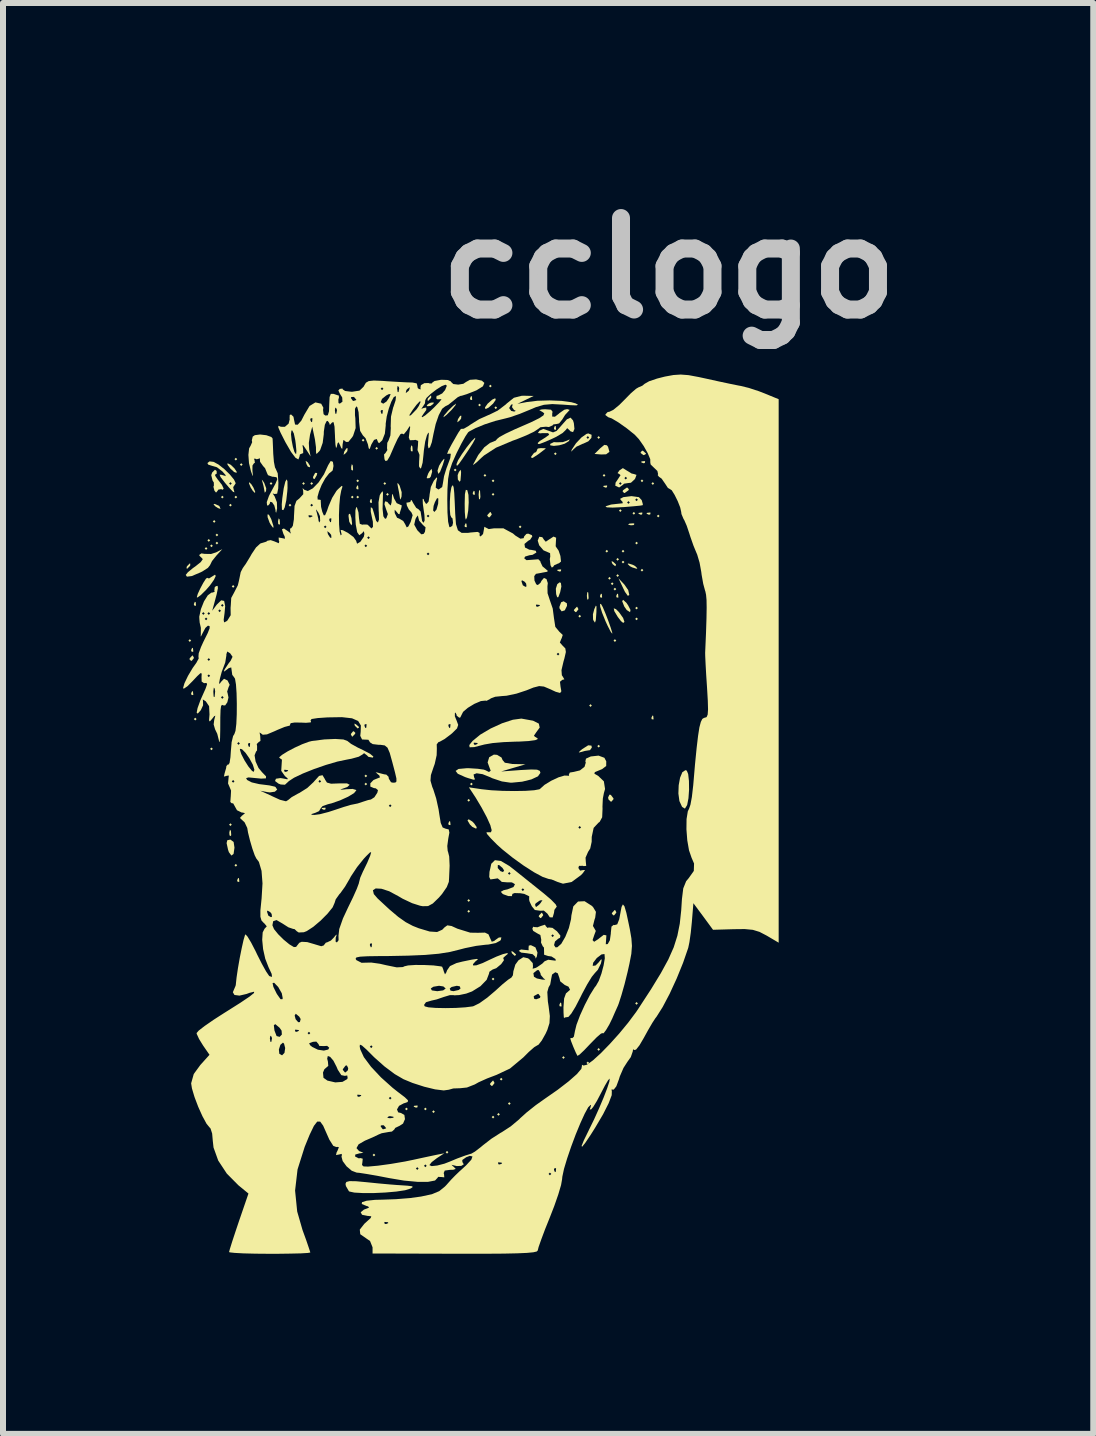
<source format=kicad_pcb>
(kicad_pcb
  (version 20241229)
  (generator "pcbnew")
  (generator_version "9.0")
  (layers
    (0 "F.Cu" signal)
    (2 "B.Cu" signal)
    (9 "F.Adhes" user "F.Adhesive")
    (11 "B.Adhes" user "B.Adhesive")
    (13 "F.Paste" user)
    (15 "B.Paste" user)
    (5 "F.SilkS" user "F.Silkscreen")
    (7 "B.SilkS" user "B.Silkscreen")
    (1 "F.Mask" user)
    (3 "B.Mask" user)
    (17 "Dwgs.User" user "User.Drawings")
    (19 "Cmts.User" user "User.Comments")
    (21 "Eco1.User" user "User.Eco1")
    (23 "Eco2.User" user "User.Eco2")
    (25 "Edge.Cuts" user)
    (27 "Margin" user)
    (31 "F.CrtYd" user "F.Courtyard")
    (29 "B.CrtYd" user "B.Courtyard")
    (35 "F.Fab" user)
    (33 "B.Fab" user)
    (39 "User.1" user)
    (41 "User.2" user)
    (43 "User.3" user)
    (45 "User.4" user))
  (footprint "cclogo"
    (layer "F.Cu")
    (at 4.286 10.308)
    (property "Reference" "cclogo" (at 3.81 -8.89 0) (layer "Dwgs.User") (effects (font (size 1.524 1.524) (thickness 0.3))))
    (attr through_hole)
    (fp_poly (pts (xy -4.151 -2.684) (xy -4.173 -2.662) (xy -4.196 -2.684) (xy -4.173 -2.707)) (stroke (width 0) (type solid)) (fill yes) (layer "F.SilkS"))
    (fp_poly (pts (xy -4.06 -1.376) (xy -4.083 -1.353) (xy -4.106 -1.376) (xy -4.083 -1.399)) (stroke (width 0) (type solid)) (fill yes) (layer "F.SilkS"))
    (fp_poly (pts (xy -3.88 -4.218) (xy -3.902 -4.196) (xy -3.925 -4.218) (xy -3.902 -4.241)) (stroke (width 0) (type solid)) (fill yes) (layer "F.SilkS"))
    (fp_poly (pts (xy -3.835 -4.354) (xy -3.857 -4.331) (xy -3.88 -4.354) (xy -3.857 -4.376)) (stroke (width 0) (type solid)) (fill yes) (layer "F.SilkS"))
    (fp_poly (pts (xy -3.79 -4.263) (xy -3.812 -4.241) (xy -3.835 -4.263) (xy -3.812 -4.286)) (stroke (width 0) (type solid)) (fill yes) (layer "F.SilkS"))
    (fp_poly (pts (xy -3.79 -0.88) (xy -3.812 -0.857) (xy -3.835 -0.88) (xy -3.812 -0.902)) (stroke (width 0) (type solid)) (fill yes) (layer "F.SilkS"))
    (fp_poly (pts (xy -3.745 -4.669) (xy -3.767 -4.647) (xy -3.79 -4.669) (xy -3.767 -4.692)) (stroke (width 0) (type solid)) (fill yes) (layer "F.SilkS"))
    (fp_poly (pts (xy -3.699 -4.444) (xy -3.722 -4.421) (xy -3.745 -4.444) (xy -3.722 -4.466)) (stroke (width 0) (type solid)) (fill yes) (layer "F.SilkS"))
    (fp_poly (pts (xy -3.699 -4.309) (xy -3.722 -4.286) (xy -3.745 -4.309) (xy -3.722 -4.331)) (stroke (width 0) (type solid)) (fill yes) (layer "F.SilkS"))
    (fp_poly (pts (xy -3.609 -5.075) (xy -3.632 -5.053) (xy -3.654 -5.075) (xy -3.632 -5.098)) (stroke (width 0) (type solid)) (fill yes) (layer "F.SilkS"))
    (fp_poly (pts (xy -3.474 -4.94) (xy -3.496 -4.918) (xy -3.519 -4.94) (xy -3.496 -4.963)) (stroke (width 0) (type solid)) (fill yes) (layer "F.SilkS"))
    (fp_poly (pts (xy -3.474 0.383) (xy -3.496 0.406) (xy -3.519 0.383) (xy -3.496 0.361)) (stroke (width 0) (type solid)) (fill yes) (layer "F.SilkS"))
    (fp_poly (pts (xy -3.429 -3.587) (xy -3.451 -3.564) (xy -3.474 -3.587) (xy -3.451 -3.609)) (stroke (width 0) (type solid)) (fill yes) (layer "F.SilkS"))
    (fp_poly (pts (xy -3.384 -5.707) (xy -3.406 -5.685) (xy -3.429 -5.707) (xy -3.406 -5.73)) (stroke (width 0) (type solid)) (fill yes) (layer "F.SilkS"))
    (fp_poly (pts (xy -3.384 -5.075) (xy -3.406 -5.053) (xy -3.429 -5.075) (xy -3.406 -5.098)) (stroke (width 0) (type solid)) (fill yes) (layer "F.SilkS"))
    (fp_poly (pts (xy -3.384 1.06) (xy -3.406 1.083) (xy -3.429 1.06) (xy -3.406 1.038)) (stroke (width 0) (type solid)) (fill yes) (layer "F.SilkS"))
    (fp_poly (pts (xy -3.293 -5.617) (xy -3.316 -5.594) (xy -3.339 -5.617) (xy -3.316 -5.639)) (stroke (width 0) (type solid)) (fill yes) (layer "F.SilkS"))
    (fp_poly (pts (xy -2.797 -5.301) (xy -2.82 -5.279) (xy -2.842 -5.301) (xy -2.82 -5.324)) (stroke (width 0) (type solid)) (fill yes) (layer "F.SilkS"))
    (fp_poly (pts (xy -2.481 -4.94) (xy -2.504 -4.918) (xy -2.526 -4.94) (xy -2.504 -4.963)) (stroke (width 0) (type solid)) (fill yes) (layer "F.SilkS"))
    (fp_poly (pts (xy -2.256 -5.301) (xy -2.278 -5.279) (xy -2.301 -5.301) (xy -2.278 -5.324)) (stroke (width 0) (type solid)) (fill yes) (layer "F.SilkS"))
    (fp_poly (pts (xy -2.12 -5.301) (xy -2.143 -5.279) (xy -2.166 -5.301) (xy -2.143 -5.324)) (stroke (width 0) (type solid)) (fill yes) (layer "F.SilkS"))
    (fp_poly (pts (xy -1.444 -5.075) (xy -1.466 -5.053) (xy -1.489 -5.075) (xy -1.466 -5.098)) (stroke (width 0) (type solid)) (fill yes) (layer "F.SilkS"))
    (fp_poly (pts (xy -1.353 -5.346) (xy -1.376 -5.324) (xy -1.399 -5.346) (xy -1.376 -5.369)) (stroke (width 0) (type solid)) (fill yes) (layer "F.SilkS"))
    (fp_poly (pts (xy -1.353 -5.075) (xy -1.376 -5.053) (xy -1.399 -5.075) (xy -1.376 -5.098)) (stroke (width 0) (type solid)) (fill yes) (layer "F.SilkS"))
    (fp_poly (pts (xy -1.263 -6.023) (xy -1.286 -6) (xy -1.308 -6.023) (xy -1.286 -6.045)) (stroke (width 0) (type solid)) (fill yes) (layer "F.SilkS"))
    (fp_poly (pts (xy -1.218 -0.429) (xy -1.241 -0.406) (xy -1.263 -0.429) (xy -1.241 -0.451)) (stroke (width 0) (type solid)) (fill yes) (layer "F.SilkS"))
    (fp_poly (pts (xy -1.218 -0.293) (xy -1.241 -0.271) (xy -1.263 -0.293) (xy -1.241 -0.316)) (stroke (width 0) (type solid)) (fill yes) (layer "F.SilkS"))
    (fp_poly (pts (xy -1.083 5.888) (xy -1.105 5.91) (xy -1.128 5.888) (xy -1.105 5.865)) (stroke (width 0) (type solid)) (fill yes) (layer "F.SilkS"))
    (fp_poly (pts (xy -1.038 -5.888) (xy -1.06 -5.865) (xy -1.083 -5.888) (xy -1.06 -5.91)) (stroke (width 0) (type solid)) (fill yes) (layer "F.SilkS"))
    (fp_poly (pts (xy -0.902 -5.301) (xy -0.925 -5.279) (xy -0.947 -5.301) (xy -0.925 -5.324)) (stroke (width 0) (type solid)) (fill yes) (layer "F.SilkS"))
    (fp_poly (pts (xy -0.857 -5.121) (xy -0.88 -5.098) (xy -0.902 -5.121) (xy -0.88 -5.143)) (stroke (width 0) (type solid)) (fill yes) (layer "F.SilkS"))
    (fp_poly (pts (xy -0.541 5.121) (xy -0.564 5.143) (xy -0.587 5.121) (xy -0.564 5.098)) (stroke (width 0) (type solid)) (fill yes) (layer "F.SilkS"))
    (fp_poly (pts (xy -0.226 5.121) (xy -0.248 5.143) (xy -0.271 5.121) (xy -0.248 5.098)) (stroke (width 0) (type solid)) (fill yes) (layer "F.SilkS"))
    (fp_poly (pts (xy -0.09 5.166) (xy -0.113 5.188) (xy -0.135 5.166) (xy -0.113 5.143)) (stroke (width 0) (type solid)) (fill yes) (layer "F.SilkS"))
    (fp_poly (pts (xy 0.135 5.842) (xy 0.113 5.865) (xy 0.09 5.842) (xy 0.113 5.82)) (stroke (width 0) (type solid)) (fill yes) (layer "F.SilkS"))
    (fp_poly (pts (xy 0.271 -5.527) (xy 0.248 -5.504) (xy 0.226 -5.527) (xy 0.248 -5.549)) (stroke (width 0) (type solid)) (fill yes) (layer "F.SilkS"))
    (fp_poly (pts (xy 0.496 -0.023) (xy 0.474 0) (xy 0.451 -0.023) (xy 0.474 -0.045)) (stroke (width 0) (type solid)) (fill yes) (layer "F.SilkS"))
    (fp_poly (pts (xy 0.496 1.647) (xy 0.474 1.669) (xy 0.451 1.647) (xy 0.474 1.624)) (stroke (width 0) (type solid)) (fill yes) (layer "F.SilkS"))
    (fp_poly (pts (xy 0.496 1.827) (xy 0.474 1.85) (xy 0.451 1.827) (xy 0.474 1.805)) (stroke (width 0) (type solid)) (fill yes) (layer "F.SilkS"))
    (fp_poly (pts (xy 0.541 -0.293) (xy 0.519 -0.271) (xy 0.496 -0.293) (xy 0.519 -0.316)) (stroke (width 0) (type solid)) (fill yes) (layer "F.SilkS"))
    (fp_poly (pts (xy 0.677 -6.609) (xy 0.654 -6.587) (xy 0.632 -6.609) (xy 0.654 -6.632)) (stroke (width 0) (type solid)) (fill yes) (layer "F.SilkS"))
    (fp_poly (pts (xy 0.767 -5.436) (xy 0.744 -5.414) (xy 0.722 -5.436) (xy 0.744 -5.459)) (stroke (width 0) (type solid)) (fill yes) (layer "F.SilkS"))
    (fp_poly (pts (xy 0.857 -6.925) (xy 0.835 -6.903) (xy 0.812 -6.925) (xy 0.835 -6.948)) (stroke (width 0) (type solid)) (fill yes) (layer "F.SilkS"))
    (fp_poly (pts (xy 0.902 -5.346) (xy 0.88 -5.324) (xy 0.857 -5.346) (xy 0.88 -5.369)) (stroke (width 0) (type solid)) (fill yes) (layer "F.SilkS"))
    (fp_poly (pts (xy 0.902 -5.121) (xy 0.88 -5.098) (xy 0.857 -5.121) (xy 0.88 -5.143)) (stroke (width 0) (type solid)) (fill yes) (layer "F.SilkS"))
    (fp_poly (pts (xy 0.902 2.955) (xy 0.88 2.978) (xy 0.857 2.955) (xy 0.88 2.933)) (stroke (width 0) (type solid)) (fill yes) (layer "F.SilkS"))
    (fp_poly (pts (xy 0.902 5.256) (xy 0.88 5.279) (xy 0.857 5.256) (xy 0.88 5.233)) (stroke (width 0) (type solid)) (fill yes) (layer "F.SilkS"))
    (fp_poly (pts (xy 0.947 -6.564) (xy 0.925 -6.542) (xy 0.902 -6.564) (xy 0.925 -6.587)) (stroke (width 0) (type solid)) (fill yes) (layer "F.SilkS"))
    (fp_poly (pts (xy 0.993 5.211) (xy 0.97 5.233) (xy 0.947 5.211) (xy 0.97 5.188)) (stroke (width 0) (type solid)) (fill yes) (layer "F.SilkS"))
    (fp_poly (pts (xy 1.038 4.624) (xy 1.015 4.647) (xy 0.993 4.624) (xy 1.015 4.602)) (stroke (width 0) (type solid)) (fill yes) (layer "F.SilkS"))
    (fp_poly (pts (xy 1.173 5.03) (xy 1.15 5.053) (xy 1.128 5.03) (xy 1.15 5.008)) (stroke (width 0) (type solid)) (fill yes) (layer "F.SilkS"))
    (fp_poly (pts (xy 1.353 -4.579) (xy 1.331 -4.557) (xy 1.308 -4.579) (xy 1.331 -4.602)) (stroke (width 0) (type solid)) (fill yes) (layer "F.SilkS"))
    (fp_poly (pts (xy 1.94 -5.797) (xy 1.917 -5.775) (xy 1.895 -5.797) (xy 1.917 -5.82)) (stroke (width 0) (type solid)) (fill yes) (layer "F.SilkS"))
    (fp_poly (pts (xy 2.075 4.263) (xy 2.053 4.286) (xy 2.03 4.263) (xy 2.053 4.241)) (stroke (width 0) (type solid)) (fill yes) (layer "F.SilkS"))
    (fp_poly (pts (xy 2.346 -3.09) (xy 2.323 -3.068) (xy 2.301 -3.09) (xy 2.323 -3.113)) (stroke (width 0) (type solid)) (fill yes) (layer "F.SilkS"))
    (fp_poly (pts (xy 2.481 4.354) (xy 2.459 4.376) (xy 2.436 4.354) (xy 2.459 4.331)) (stroke (width 0) (type solid)) (fill yes) (layer "F.SilkS"))
    (fp_poly (pts (xy 2.526 -1.602) (xy 2.504 -1.579) (xy 2.481 -1.602) (xy 2.504 -1.624)) (stroke (width 0) (type solid)) (fill yes) (layer "F.SilkS"))
    (fp_poly (pts (xy 2.662 -6.068) (xy 2.639 -6.045) (xy 2.617 -6.068) (xy 2.639 -6.091)) (stroke (width 0) (type solid)) (fill yes) (layer "F.SilkS"))
    (fp_poly (pts (xy 2.662 -0.925) (xy 2.639 -0.902) (xy 2.617 -0.925) (xy 2.639 -0.947)) (stroke (width 0) (type solid)) (fill yes) (layer "F.SilkS"))
    (fp_poly (pts (xy 2.662 4.128) (xy 2.639 4.151) (xy 2.617 4.128) (xy 2.639 4.106)) (stroke (width 0) (type solid)) (fill yes) (layer "F.SilkS"))
    (fp_poly (pts (xy 2.752 -5.436) (xy 2.729 -5.414) (xy 2.707 -5.436) (xy 2.729 -5.459)) (stroke (width 0) (type solid)) (fill yes) (layer "F.SilkS"))
    (fp_poly (pts (xy 2.797 -4.173) (xy 2.775 -4.151) (xy 2.752 -4.173) (xy 2.775 -4.196)) (stroke (width 0) (type solid)) (fill yes) (layer "F.SilkS"))
    (fp_poly (pts (xy 2.842 -3.722) (xy 2.82 -3.699) (xy 2.797 -3.722) (xy 2.82 -3.745)) (stroke (width 0) (type solid)) (fill yes) (layer "F.SilkS"))
    (fp_poly (pts (xy 2.887 -3.632) (xy 2.865 -3.609) (xy 2.842 -3.632) (xy 2.865 -3.654)) (stroke (width 0) (type solid)) (fill yes) (layer "F.SilkS"))
    (fp_poly (pts (xy 2.933 -3.542) (xy 2.91 -3.519) (xy 2.887 -3.542) (xy 2.91 -3.564)) (stroke (width 0) (type solid)) (fill yes) (layer "F.SilkS"))
    (fp_poly (pts (xy 2.933 -2.684) (xy 2.91 -2.662) (xy 2.887 -2.684) (xy 2.91 -2.707)) (stroke (width 0) (type solid)) (fill yes) (layer "F.SilkS"))
    (fp_poly (pts (xy 2.978 -4.038) (xy 2.955 -4.015) (xy 2.933 -4.038) (xy 2.955 -4.06)) (stroke (width 0) (type solid)) (fill yes) (layer "F.SilkS"))
    (fp_poly (pts (xy 2.978 -3.767) (xy 2.955 -3.745) (xy 2.933 -3.767) (xy 2.955 -3.79)) (stroke (width 0) (type solid)) (fill yes) (layer "F.SilkS"))
    (fp_poly (pts (xy 3.023 -4.85) (xy 3 -4.827) (xy 2.978 -4.85) (xy 3 -4.872)) (stroke (width 0) (type solid)) (fill yes) (layer "F.SilkS"))
    (fp_poly (pts (xy 3.068 -4.173) (xy 3.045 -4.151) (xy 3.023 -4.173) (xy 3.045 -4.196)) (stroke (width 0) (type solid)) (fill yes) (layer "F.SilkS"))
    (fp_poly (pts (xy 3.068 -3.993) (xy 3.045 -3.97) (xy 3.023 -3.993) (xy 3.045 -4.015)) (stroke (width 0) (type solid)) (fill yes) (layer "F.SilkS"))
    (fp_poly (pts (xy 3.248 -4.805) (xy 3.226 -4.782) (xy 3.203 -4.805) (xy 3.226 -4.827)) (stroke (width 0) (type solid)) (fill yes) (layer "F.SilkS"))
    (fp_poly (pts (xy 3.293 -4.309) (xy 3.271 -4.286) (xy 3.248 -4.309) (xy 3.271 -4.331)) (stroke (width 0) (type solid)) (fill yes) (layer "F.SilkS"))
    (fp_poly (pts (xy 3.293 -3.226) (xy 3.271 -3.203) (xy 3.248 -3.226) (xy 3.271 -3.248)) (stroke (width 0) (type solid)) (fill yes) (layer "F.SilkS"))
    (fp_poly (pts (xy 3.293 -3.045) (xy 3.271 -3.023) (xy 3.248 -3.045) (xy 3.271 -3.068)) (stroke (width 0) (type solid)) (fill yes) (layer "F.SilkS"))
    (fp_poly (pts (xy 3.293 3.361) (xy 3.271 3.384) (xy 3.248 3.361) (xy 3.271 3.339)) (stroke (width 0) (type solid)) (fill yes) (layer "F.SilkS"))
    (fp_poly (pts (xy 3.384 -5.346) (xy 3.361 -5.324) (xy 3.339 -5.346) (xy 3.361 -5.369)) (stroke (width 0) (type solid)) (fill yes) (layer "F.SilkS"))
    (fp_poly (pts (xy 3.384 -3.857) (xy 3.361 -3.835) (xy 3.339 -3.857) (xy 3.361 -3.88)) (stroke (width 0) (type solid)) (fill yes) (layer "F.SilkS"))
    (fp_poly (pts (xy 3.564 -5.301) (xy 3.542 -5.279) (xy 3.519 -5.301) (xy 3.542 -5.324)) (stroke (width 0) (type solid)) (fill yes) (layer "F.SilkS"))
    (fp_poly (pts (xy 3.654 -4.76) (xy 3.632 -4.737) (xy 3.609 -4.76) (xy 3.632 -4.782)) (stroke (width 0) (type solid)) (fill yes) (layer "F.SilkS"))
    (fp_poly (pts (xy -4.121 -2.557) (xy -4.115 -2.503) (xy -4.121 -2.496) (xy -4.147 -2.503) (xy -4.151 -2.526) (xy -4.134 -2.564)) (stroke (width 0) (type solid)) (fill yes) (layer "F.SilkS"))
    (fp_poly (pts (xy -4.121 -1.835) (xy -4.115 -1.781) (xy -4.121 -1.775) (xy -4.147 -1.781) (xy -4.151 -1.805) (xy -4.134 -1.842)) (stroke (width 0) (type solid)) (fill yes) (layer "F.SilkS"))
    (fp_poly (pts (xy -4.075 -3.324) (xy -4.07 -3.27) (xy -4.075 -3.263) (xy -4.102 -3.27) (xy -4.106 -3.293) (xy -4.089 -3.331)) (stroke (width 0) (type solid)) (fill yes) (layer "F.SilkS"))
    (fp_poly (pts (xy -3.488 0.488) (xy -3.483 0.558) (xy -3.492 0.574) (xy -3.512 0.561) (xy -3.515 0.515) (xy -3.504 0.467)) (stroke (width 0) (type solid)) (fill yes) (layer "F.SilkS"))
    (fp_poly (pts (xy -3.354 1.278) (xy -3.348 1.332) (xy -3.354 1.338) (xy -3.38 1.332) (xy -3.384 1.308) (xy -3.367 1.271)) (stroke (width 0) (type solid)) (fill yes) (layer "F.SilkS"))
    (fp_poly (pts (xy -2.676 -4.7) (xy -2.671 -4.63) (xy -2.68 -4.614) (xy -2.7 -4.627) (xy -2.703 -4.673) (xy -2.692 -4.721)) (stroke (width 0) (type solid)) (fill yes) (layer "F.SilkS"))
    (fp_poly (pts (xy -1.91 0.105) (xy -1.916 0.132) (xy -1.94 0.135) (xy -1.977 0.119) (xy -1.97 0.105) (xy -1.917 0.1)) (stroke (width 0) (type solid)) (fill yes) (layer "F.SilkS"))
    (fp_poly (pts (xy -1.458 -5.603) (xy -1.453 -5.532) (xy -1.462 -5.516) (xy -1.482 -5.53) (xy -1.485 -5.576) (xy -1.474 -5.624)) (stroke (width 0) (type solid)) (fill yes) (layer "F.SilkS"))
    (fp_poly (pts (xy -1.369 -5.263) (xy -1.363 -5.21) (xy -1.369 -5.203) (xy -1.395 -5.21) (xy -1.399 -5.233) (xy -1.382 -5.271)) (stroke (width 0) (type solid)) (fill yes) (layer "F.SilkS"))
    (fp_poly (pts (xy -1.143 -5.038) (xy -1.138 -4.984) (xy -1.143 -4.978) (xy -1.17 -4.984) (xy -1.173 -5.008) (xy -1.156 -5.045)) (stroke (width 0) (type solid)) (fill yes) (layer "F.SilkS"))
    (fp_poly (pts (xy -0.465 -5.919) (xy -0.46 -5.848) (xy -0.469 -5.832) (xy -0.49 -5.846) (xy -0.493 -5.891) (xy -0.482 -5.939)) (stroke (width 0) (type solid)) (fill yes) (layer "F.SilkS"))
    (fp_poly (pts (xy -0.376 5.068) (xy -0.382 5.095) (xy -0.406 5.098) (xy -0.443 5.082) (xy -0.436 5.068) (xy -0.383 5.063)) (stroke (width 0) (type solid)) (fill yes) (layer "F.SilkS"))
    (fp_poly (pts (xy 0.165 0.331) (xy 0.171 0.384) (xy 0.165 0.391) (xy 0.139 0.385) (xy 0.135 0.361) (xy 0.152 0.324)) (stroke (width 0) (type solid)) (fill yes) (layer "F.SilkS"))
    (fp_poly (pts (xy 0.436 -4.632) (xy 0.442 -4.578) (xy 0.436 -4.572) (xy 0.409 -4.578) (xy 0.406 -4.602) (xy 0.423 -4.639)) (stroke (width 0) (type solid)) (fill yes) (layer "F.SilkS"))
    (fp_poly (pts (xy 0.526 -6.752) (xy 0.532 -6.699) (xy 0.526 -6.692) (xy 0.5 -6.698) (xy 0.496 -6.722) (xy 0.513 -6.759)) (stroke (width 0) (type solid)) (fill yes) (layer "F.SilkS"))
    (fp_poly (pts (xy 0.571 -5.173) (xy 0.577 -5.12) (xy 0.571 -5.113) (xy 0.545 -5.119) (xy 0.541 -5.143) (xy 0.558 -5.18)) (stroke (width 0) (type solid)) (fill yes) (layer "F.SilkS"))
    (fp_poly (pts (xy 1.925 -6.256) (xy 1.93 -6.202) (xy 1.925 -6.196) (xy 1.898 -6.202) (xy 1.895 -6.226) (xy 1.911 -6.263)) (stroke (width 0) (type solid)) (fill yes) (layer "F.SilkS"))
    (fp_poly (pts (xy 2.015 -3.865) (xy 2.009 -3.838) (xy 1.985 -3.835) (xy 1.948 -3.851) (xy 1.955 -3.865) (xy 2.009 -3.87)) (stroke (width 0) (type solid)) (fill yes) (layer "F.SilkS"))
    (fp_poly (pts (xy 2.015 3.354) (xy 2.021 3.407) (xy 2.015 3.414) (xy 1.988 3.408) (xy 1.985 3.384) (xy 2.002 3.347)) (stroke (width 0) (type solid)) (fill yes) (layer "F.SilkS"))
    (fp_poly (pts (xy 2.466 -3.485) (xy 2.472 -3.393) (xy 2.466 -3.372) (xy 2.45 -3.367) (xy 2.443 -3.429) (xy 2.45 -3.493)) (stroke (width 0) (type solid)) (fill yes) (layer "F.SilkS"))
    (fp_poly (pts (xy 2.692 -3.459) (xy 2.697 -3.405) (xy 2.692 -3.399) (xy 2.665 -3.405) (xy 2.662 -3.429) (xy 2.678 -3.466)) (stroke (width 0) (type solid)) (fill yes) (layer "F.SilkS"))
    (fp_poly (pts (xy 2.782 -5.263) (xy 2.776 -5.237) (xy 2.752 -5.233) (xy 2.715 -5.25) (xy 2.722 -5.263) (xy 2.776 -5.269)) (stroke (width 0) (type solid)) (fill yes) (layer "F.SilkS"))
    (fp_poly (pts (xy 2.963 -3.459) (xy 2.968 -3.405) (xy 2.963 -3.399) (xy 2.936 -3.405) (xy 2.933 -3.429) (xy 2.949 -3.466)) (stroke (width 0) (type solid)) (fill yes) (layer "F.SilkS"))
    (fp_poly (pts (xy 3.236 -4.629) (xy 3.223 -4.609) (xy 3.177 -4.605) (xy 3.129 -4.616) (xy 3.15 -4.633) (xy 3.22 -4.638)) (stroke (width 0) (type solid)) (fill yes) (layer "F.SilkS"))
    (fp_poly (pts (xy 3.369 -4.812) (xy 3.362 -4.785) (xy 3.339 -4.782) (xy 3.301 -4.799) (xy 3.308 -4.812) (xy 3.362 -4.818)) (stroke (width 0) (type solid)) (fill yes) (layer "F.SilkS"))
    (fp_poly (pts (xy 3.414 -5.67) (xy 3.408 -5.643) (xy 3.384 -5.639) (xy 3.347 -5.656) (xy 3.354 -5.67) (xy 3.407 -5.675)) (stroke (width 0) (type solid)) (fill yes) (layer "F.SilkS"))
    (fp_poly (pts (xy 3.504 -4.812) (xy 3.498 -4.785) (xy 3.474 -4.782) (xy 3.437 -4.799) (xy 3.444 -4.812) (xy 3.497 -4.818)) (stroke (width 0) (type solid)) (fill yes) (layer "F.SilkS"))
    (fp_poly (pts (xy 3.549 -1.429) (xy 3.554 -1.375) (xy 3.549 -1.369) (xy 3.522 -1.375) (xy 3.519 -1.399) (xy 3.536 -1.436)) (stroke (width 0) (type solid)) (fill yes) (layer "F.SilkS"))
    (fp_poly (pts (xy -3.687 -4.93) (xy -3.677 -4.918) (xy -3.661 -4.877) (xy -3.704 -4.892) (xy -3.745 -4.918) (xy -3.779 -4.954) (xy -3.759 -4.962)) (stroke (width 0) (type solid)) (fill yes) (layer "F.SilkS"))
    (fp_poly (pts (xy -2.211 -5.657) (xy -2.205 -5.651) (xy -2.169 -5.592) (xy -2.174 -5.571) (xy -2.208 -5.584) (xy -2.23 -5.626) (xy -2.244 -5.679)) (stroke (width 0) (type solid)) (fill yes) (layer "F.SilkS"))
    (fp_poly (pts (xy -2.05 -5.474) (xy -2.058 -5.439) (xy -2.095 -5.375) (xy -2.118 -5.386) (xy -2.12 -5.411) (xy -2.088 -5.472) (xy -2.076 -5.481)) (stroke (width 0) (type solid)) (fill yes) (layer "F.SilkS"))
    (fp_poly (pts (xy -1.548 -5.841) (xy -1.573 -5.808) (xy -1.611 -5.779) (xy -1.602 -5.825) (xy -1.599 -5.833) (xy -1.563 -5.888) (xy -1.543 -5.889)) (stroke (width 0) (type solid)) (fill yes) (layer "F.SilkS"))
    (fp_poly (pts (xy -1.406 -1.29) (xy -1.357 -1.248) (xy -1.353 -1.238) (xy -1.375 -1.219) (xy -1.419 -1.261) (xy -1.425 -1.27) (xy -1.431 -1.301)) (stroke (width 0) (type solid)) (fill yes) (layer "F.SilkS"))
    (fp_poly (pts (xy -0.113 -6.631) (xy -0.161 -6.594) (xy -0.213 -6.588) (xy -0.226 -6.605) (xy -0.19 -6.634) (xy -0.156 -6.649) (xy -0.109 -6.652)) (stroke (width 0) (type solid)) (fill yes) (layer "F.SilkS"))
    (fp_poly (pts (xy 0.347 -6.382) (xy 0.321 -6.349) (xy 0.283 -6.321) (xy 0.293 -6.366) (xy 0.296 -6.375) (xy 0.332 -6.43) (xy 0.352 -6.43)) (stroke (width 0) (type solid)) (fill yes) (layer "F.SilkS"))
    (fp_poly (pts (xy 1.211 2.5) (xy 1.259 2.542) (xy 1.263 2.552) (xy 1.242 2.57) (xy 1.197 2.529) (xy 1.191 2.519) (xy 1.186 2.489)) (stroke (width 0) (type solid)) (fill yes) (layer "F.SilkS"))
    (fp_poly (pts (xy 2.88 -3.997) (xy 2.929 -3.952) (xy 2.919 -3.925) (xy 2.913 -3.925) (xy 2.874 -3.957) (xy 2.861 -3.977) (xy 2.855 -4.008)) (stroke (width 0) (type solid)) (fill yes) (layer "F.SilkS"))
    (fp_poly (pts (xy 3.067 -3.619) (xy 3.132 -3.525) (xy 3.15 -3.444) (xy 3.126 -3.429) (xy 3.078 -3.495) (xy 3.053 -3.546) (xy 2.97 -3.722)) (stroke (width 0) (type solid)) (fill yes) (layer "F.SilkS"))
    (fp_poly (pts (xy -4.165 -3.941) (xy -4.173 -3.925) (xy -4.216 -3.882) (xy -4.224 -3.88) (xy -4.227 -3.909) (xy -4.218 -3.925) (xy -4.176 -3.968) (xy -4.168 -3.97)) (stroke (width 0) (type solid)) (fill yes) (layer "F.SilkS"))
    (fp_poly (pts (xy -4.106 -2.401) (xy -4.106 -2.391) (xy -4.14 -2.348) (xy -4.153 -2.346) (xy -4.18 -2.374) (xy -4.173 -2.391) (xy -4.133 -2.434) (xy -4.125 -2.436)) (stroke (width 0) (type solid)) (fill yes) (layer "F.SilkS"))
    (fp_poly (pts (xy -3.491 -5.613) (xy -3.43 -5.554) (xy -3.392 -5.497) (xy -3.394 -5.479) (xy -3.435 -5.493) (xy -3.496 -5.549) (xy -3.545 -5.614) (xy -3.545 -5.639)) (stroke (width 0) (type solid)) (fill yes) (layer "F.SilkS"))
    (fp_poly (pts (xy -3.148 -5.289) (xy -3.113 -5.233) (xy -3.084 -5.164) (xy -3.087 -5.143) (xy -3.123 -5.178) (xy -3.158 -5.233) (xy -3.187 -5.303) (xy -3.184 -5.324)) (stroke (width 0) (type solid)) (fill yes) (layer "F.SilkS"))
    (fp_poly (pts (xy -1.414 -1.145) (xy -1.421 -1.128) (xy -1.462 -1.085) (xy -1.469 -1.083) (xy -1.488 -1.118) (xy -1.489 -1.128) (xy -1.454 -1.171) (xy -1.441 -1.173)) (stroke (width 0) (type solid)) (fill yes) (layer "F.SilkS"))
    (fp_poly (pts (xy -0.15 -6.738) (xy -0.158 -6.722) (xy -0.2 -6.679) (xy -0.208 -6.677) (xy -0.211 -6.706) (xy -0.203 -6.722) (xy -0.161 -6.765) (xy -0.153 -6.767)) (stroke (width 0) (type solid)) (fill yes) (layer "F.SilkS"))
    (fp_poly (pts (xy 0.347 -5.494) (xy 0.345 -5.446) (xy 0.337 -5.35) (xy 0.322 -5.33) (xy 0.293 -5.368) (xy 0.29 -5.441) (xy 0.309 -5.491) (xy 0.339 -5.531)) (stroke (width 0) (type solid)) (fill yes) (layer "F.SilkS"))
    (fp_poly (pts (xy 0.533 0.33) (xy 0.564 0.361) (xy 0.608 0.425) (xy 0.599 0.451) (xy 0.534 0.42) (xy 0.495 0.382) (xy 0.454 0.313) (xy 0.473 0.293)) (stroke (width 0) (type solid)) (fill yes) (layer "F.SilkS"))
    (fp_poly (pts (xy 0.661 -5.184) (xy 0.663 -5.176) (xy 0.669 -5.078) (xy 0.661 -5.041) (xy 0.646 -5.039) (xy 0.64 -5.11) (xy 0.64 -5.121) (xy 0.647 -5.191)) (stroke (width 0) (type solid)) (fill yes) (layer "F.SilkS"))
    (fp_poly (pts (xy 0.857 -4.792) (xy 0.857 -4.782) (xy 0.823 -4.739) (xy 0.809 -4.737) (xy 0.782 -4.765) (xy 0.79 -4.782) (xy 0.83 -4.825) (xy 0.837 -4.827)) (stroke (width 0) (type solid)) (fill yes) (layer "F.SilkS"))
    (fp_poly (pts (xy 0.902 4.682) (xy 0.902 4.692) (xy 0.868 4.735) (xy 0.855 4.737) (xy 0.828 4.709) (xy 0.835 4.692) (xy 0.875 4.649) (xy 0.882 4.647)) (stroke (width 0) (type solid)) (fill yes) (layer "F.SilkS"))
    (fp_poly (pts (xy 0.924 -6.695) (xy 0.88 -6.632) (xy 0.804 -6.565) (xy 0.753 -6.542) (xy 0.745 -6.569) (xy 0.79 -6.632) (xy 0.866 -6.699) (xy 0.916 -6.722)) (stroke (width 0) (type solid)) (fill yes) (layer "F.SilkS"))
    (fp_poly (pts (xy 1.714 1.885) (xy 1.714 1.895) (xy 1.68 1.938) (xy 1.667 1.94) (xy 1.64 1.912) (xy 1.647 1.895) (xy 1.687 1.852) (xy 1.694 1.85)) (stroke (width 0) (type solid)) (fill yes) (layer "F.SilkS"))
    (fp_poly (pts (xy 2.11 -3.305) (xy 2.112 -3.263) (xy 2.075 -3.188) (xy 2.023 -3.171) (xy 1.988 -3.218) (xy 1.985 -3.245) (xy 2.014 -3.322) (xy 2.056 -3.339)) (stroke (width 0) (type solid)) (fill yes) (layer "F.SilkS"))
    (fp_poly (pts (xy 2.3 -3.213) (xy 2.301 -3.203) (xy 2.266 -3.16) (xy 2.253 -3.158) (xy 2.226 -3.186) (xy 2.233 -3.203) (xy 2.274 -3.246) (xy 2.281 -3.248)) (stroke (width 0) (type solid)) (fill yes) (layer "F.SilkS"))
    (fp_poly (pts (xy 2.777 -5.938) (xy 2.796 -5.912) (xy 2.819 -5.829) (xy 2.764 -5.788) (xy 2.682 -5.785) (xy 2.571 -5.794) (xy 2.663 -5.886) (xy 2.734 -5.945)) (stroke (width 0) (type solid)) (fill yes) (layer "F.SilkS"))
    (fp_poly (pts (xy 2.842 -0.113) (xy 2.886 -0.055) (xy 2.887 -0.042) (xy 2.853 -0.001) (xy 2.842 0) (xy 2.803 -0.037) (xy 2.797 -0.07) (xy 2.819 -0.117)) (stroke (width 0) (type solid)) (fill yes) (layer "F.SilkS"))
    (fp_poly (pts (xy 2.932 1.84) (xy 2.933 1.85) (xy 2.898 1.893) (xy 2.885 1.895) (xy 2.858 1.867) (xy 2.865 1.85) (xy 2.905 1.807) (xy 2.913 1.805)) (stroke (width 0) (type solid)) (fill yes) (layer "F.SilkS"))
    (fp_poly (pts (xy 3.143 -5.206) (xy 3.136 -5.188) (xy 3.076 -5.145) (xy 3.063 -5.143) (xy 3.038 -5.171) (xy 3.045 -5.188) (xy 3.105 -5.232) (xy 3.118 -5.233)) (stroke (width 0) (type solid)) (fill yes) (layer "F.SilkS"))
    (fp_poly (pts (xy 3.21 -3.946) (xy 3.248 -3.925) (xy 3.284 -3.889) (xy 3.271 -3.881) (xy 3.197 -3.904) (xy 3.158 -3.925) (xy 3.122 -3.961) (xy 3.136 -3.969)) (stroke (width 0) (type solid)) (fill yes) (layer "F.SilkS"))
    (fp_poly (pts (xy 3.384 -5.842) (xy 3.427 -5.802) (xy 3.429 -5.795) (xy 3.394 -5.775) (xy 3.384 -5.775) (xy 3.34 -5.809) (xy 3.339 -5.823) (xy 3.366 -5.85)) (stroke (width 0) (type solid)) (fill yes) (layer "F.SilkS"))
    (fp_poly (pts (xy -2.955 -5.345) (xy -2.933 -5.311) (xy -2.9 -5.221) (xy -2.903 -5.175) (xy -2.924 -5.147) (xy -2.929 -5.173) (xy -2.945 -5.26) (xy -2.958 -5.309) (xy -2.974 -5.366)) (stroke (width 0) (type solid)) (fill yes) (layer "F.SilkS"))
    (fp_poly (pts (xy -2.855 -4.781) (xy -2.818 -4.71) (xy -2.812 -4.694) (xy -2.779 -4.59) (xy -2.783 -4.56) (xy -2.821 -4.61) (xy -2.844 -4.649) (xy -2.877 -4.74) (xy -2.878 -4.787)) (stroke (width 0) (type solid)) (fill yes) (layer "F.SilkS"))
    (fp_poly (pts (xy -1.481 -4.729) (xy -1.48 -4.726) (xy -1.469 -4.629) (xy -1.482 -4.604) (xy -1.514 -4.66) (xy -1.517 -4.668) (xy -1.529 -4.763) (xy -1.523 -4.792) (xy -1.503 -4.797)) (stroke (width 0) (type solid)) (fill yes) (layer "F.SilkS"))
    (fp_poly (pts (xy -0.7 -5.3) (xy -0.677 -5.266) (xy -0.643 -5.157) (xy -0.645 -5.085) (xy -0.662 -5.033) (xy -0.671 -5.053) (xy -0.686 -5.149) (xy -0.703 -5.233) (xy -0.716 -5.307)) (stroke (width 0) (type solid)) (fill yes) (layer "F.SilkS"))
    (fp_poly (pts (xy -0.136 -5.506) (xy -0.136 -5.495) (xy -0.159 -5.414) (xy -0.18 -5.391) (xy -0.222 -5.388) (xy -0.225 -5.4) (xy -0.202 -5.466) (xy -0.18 -5.504) (xy -0.145 -5.546)) (stroke (width 0) (type solid)) (fill yes) (layer "F.SilkS"))
    (fp_poly (pts (xy 2.01 -3.645) (xy 2.018 -3.585) (xy 1.998 -3.489) (xy 1.967 -3.407) (xy 1.948 -3.406) (xy 1.931 -3.459) (xy 1.926 -3.549) (xy 1.95 -3.625) (xy 1.989 -3.655)) (stroke (width 0) (type solid)) (fill yes) (layer "F.SilkS"))
    (fp_poly (pts (xy 2.928 -3.208) (xy 2.978 -3.158) (xy 3.047 -3.061) (xy 3.069 -2.995) (xy 3.048 -2.978) (xy 3.01 -3.01) (xy 2.958 -3.078) (xy 2.9 -3.175) (xy 2.891 -3.222)) (stroke (width 0) (type solid)) (fill yes) (layer "F.SilkS"))
    (fp_poly (pts (xy 3.101 -3.314) (xy 3.13 -3.272) (xy 3.17 -3.194) (xy 3.163 -3.158) (xy 3.161 -3.158) (xy 3.107 -3.193) (xy 3.066 -3.252) (xy 3.031 -3.341) (xy 3.047 -3.363)) (stroke (width 0) (type solid)) (fill yes) (layer "F.SilkS"))
    (fp_poly (pts (xy -3.443 0.672) (xy -3.429 0.767) (xy -3.444 0.871) (xy -3.48 0.898) (xy -3.522 0.842) (xy -3.536 0.801) (xy -3.56 0.691) (xy -3.549 0.643) (xy -3.498 0.632) (xy -3.496 0.632)) (stroke (width 0) (type solid)) (fill yes) (layer "F.SilkS"))
    (fp_poly (pts (xy 0.069 -5.699) (xy 0.041 -5.608) (xy 0.04 -5.606) (xy -0.004 -5.494) (xy -0.034 -5.462) (xy -0.045 -5.513) (xy -0.045 -5.518) (xy -0.019 -5.598) (xy 0.022 -5.665) (xy 0.064 -5.715)) (stroke (width 0) (type solid)) (fill yes) (layer "F.SilkS"))
    (fp_poly (pts (xy 2.519 -0.934) (xy 2.526 -0.902) (xy 2.495 -0.858) (xy 2.485 -0.857) (xy 2.41 -0.845) (xy 2.361 -0.831) (xy 2.308 -0.818) (xy 2.324 -0.841) (xy 2.366 -0.876) (xy 2.465 -0.939)) (stroke (width 0) (type solid)) (fill yes) (layer "F.SilkS"))
    (fp_poly (pts (xy 2.603 -3.254) (xy 2.602 -3.161) (xy 2.601 -3.147) (xy 2.592 -3.023) (xy 2.578 -2.983) (xy 2.554 -3.018) (xy 2.546 -3.037) (xy 2.544 -3.122) (xy 2.566 -3.206) (xy 2.593 -3.267)) (stroke (width 0) (type solid)) (fill yes) (layer "F.SilkS"))
    (fp_poly (pts (xy -2.546 -5.339) (xy -2.545 -5.227) (xy -2.549 -5.17) (xy -2.566 -5.019) (xy -2.592 -4.903) (xy -2.614 -4.858) (xy -2.638 -4.864) (xy -2.641 -4.954) (xy -2.632 -5.056) (xy -2.608 -5.224) (xy -2.582 -5.331) (xy -2.56 -5.371)) (stroke (width 0) (type solid)) (fill yes) (layer "F.SilkS"))
    (fp_poly (pts (xy 0.252 -6.604) (xy 0.194 -6.534) (xy 0.18 -6.519) (xy 0.103 -6.443) (xy 0.055 -6.407) (xy 0.052 -6.406) (xy 0.064 -6.435) (xy 0.122 -6.504) (xy 0.135 -6.519) (xy 0.213 -6.595) (xy 0.261 -6.631) (xy 0.264 -6.632)) (stroke (width 0) (type solid)) (fill yes) (layer "F.SilkS"))
    (fp_poly (pts (xy 0.45 -5.19) (xy 0.451 -5.188) (xy 0.47 -5.111) (xy 0.474 -4.986) (xy 0.466 -4.85) (xy 0.447 -4.74) (xy 0.427 -4.698) (xy 0.417 -4.728) (xy 0.409 -4.826) (xy 0.407 -4.966) (xy 0.411 -5.124) (xy 0.426 -5.196)) (stroke (width 0) (type solid)) (fill yes) (layer "F.SilkS"))
    (fp_poly (pts (xy 2.144 -6.011) (xy 2.138 -6.004) (xy 2.074 -5.965) (xy 1.982 -5.938) (xy 1.892 -5.928) (xy 1.834 -5.937) (xy 1.831 -5.961) (xy 1.893 -5.991) (xy 1.939 -5.988) (xy 2.042 -5.991) (xy 2.103 -6.012) (xy 2.158 -6.037)) (stroke (width 0) (type solid)) (fill yes) (layer "F.SilkS"))
    (fp_poly (pts (xy 2.681 -3.29) (xy 2.709 -3.239) (xy 2.752 -3.138) (xy 2.799 -3.016) (xy 2.84 -2.9) (xy 2.865 -2.819) (xy 2.866 -2.797) (xy 2.838 -2.835) (xy 2.789 -2.93) (xy 2.754 -3.006) (xy 2.697 -3.147) (xy 2.665 -3.249) (xy 2.663 -3.297)) (stroke (width 0) (type solid)) (fill yes) (layer "F.SilkS"))
    (fp_poly (pts (xy 0.582 -6.046) (xy 0.541 -5.97) (xy 0.467 -5.855) (xy 0.369 -5.71) (xy 0.311 -5.628) (xy 0.281 -5.597) (xy 0.272 -5.605) (xy 0.271 -5.625) (xy 0.296 -5.687) (xy 0.36 -5.79) (xy 0.442 -5.906) (xy 0.522 -6.007) (xy 0.58 -6.064) (xy 0.581 -6.065)) (stroke (width 0) (type solid)) (fill yes) (layer "F.SilkS"))
    (fp_poly (pts (xy 1.744 -5.889) (xy 1.76 -5.886) (xy 1.727 -5.86) (xy 1.648 -5.799) (xy 1.625 -5.783) (xy 1.539 -5.727) (xy 1.513 -5.734) (xy 1.517 -5.752) (xy 1.563 -5.812) (xy 1.587 -5.82) (xy 1.612 -5.846) (xy 1.608 -5.855) (xy 1.626 -5.884) (xy 1.673 -5.891)) (stroke (width 0) (type solid)) (fill yes) (layer "F.SilkS"))
    (fp_poly (pts (xy -3.741 -3.761) (xy -3.771 -3.697) (xy -3.837 -3.604) (xy -3.901 -3.53) (xy -3.989 -3.443) (xy -4.045 -3.402) (xy -4.057 -3.406) (xy -4.04 -3.464) (xy -3.999 -3.552) (xy -3.95 -3.644) (xy -3.906 -3.713) (xy -3.883 -3.732) (xy -3.882 -3.728) (xy -3.853 -3.719) (xy -3.812 -3.745) (xy -3.753 -3.782)) (stroke (width 0) (type solid)) (fill yes) (layer "F.SilkS"))
    (fp_poly (pts (xy 1.586 2.428) (xy 1.62 2.515) (xy 1.609 2.581) (xy 1.589 2.615) (xy 1.583 2.583) (xy 1.54 2.542) (xy 1.444 2.526) (xy 1.349 2.515) (xy 1.308 2.486) (xy 1.308 2.486) (xy 1.345 2.463) (xy 1.406 2.47) (xy 1.473 2.476) (xy 1.471 2.443) (xy 1.475 2.399) (xy 1.51 2.391)) (stroke (width 0) (type solid)) (fill yes) (layer "F.SilkS"))
    (fp_poly (pts (xy 4.108 -0.517) (xy 4.131 -0.46) (xy 4.144 -0.344) (xy 4.146 -0.199) (xy 4.136 -0.058) (xy 4.115 0.051) (xy 4.111 0.061) (xy 4.077 0.116) (xy 4.034 0.09) (xy 4.027 0.082) (xy 3.985 -0.01) (xy 3.968 -0.136) (xy 3.973 -0.273) (xy 3.996 -0.399) (xy 4.034 -0.491) (xy 4.085 -0.525)) (stroke (width 0) (type solid)) (fill yes) (layer "F.SilkS"))
    (fp_poly (pts (xy -3.726 -5.51) (xy -3.725 -5.464) (xy -3.744 -5.459) (xy -3.752 -5.432) (xy -3.706 -5.365) (xy -3.701 -5.36) (xy -3.637 -5.277) (xy -3.609 -5.216) (xy -3.626 -5.197) (xy -3.65 -5.208) (xy -3.699 -5.199) (xy -3.71 -5.18) (xy -3.736 -5.15) (xy -3.763 -5.182) (xy -3.78 -5.248) (xy -3.772 -5.266) (xy -3.773 -5.318) (xy -3.794 -5.351) (xy -3.816 -5.441) (xy -3.8 -5.485) (xy -3.754 -5.531)) (stroke (width 0) (type solid)) (fill yes) (layer "F.SilkS"))
    (fp_poly (pts (xy 2.522 -6.113) (xy 2.518 -6.061) (xy 2.467 -6.004) (xy 2.382 -5.965) (xy 2.371 -5.962) (xy 2.269 -5.915) (xy 2.221 -5.872) (xy 2.181 -5.831) (xy 2.191 -5.863) (xy 2.191 -5.865) (xy 2.261 -5.971) (xy 2.352 -6.068) (xy 2.352 -6.068) (xy 2.436 -6.068) (xy 2.459 -6.045) (xy 2.481 -6.068) (xy 2.459 -6.091) (xy 2.436 -6.068) (xy 2.352 -6.068) (xy 2.437 -6.128) (xy 2.467 -6.136)) (stroke (width 0) (type solid)) (fill yes) (layer "F.SilkS"))
    (fp_poly (pts (xy -3.733 -4.097) (xy -3.803 -4.009) (xy -3.835 -3.944) (xy -3.835 -3.942) (xy -3.872 -3.895) (xy -3.964 -3.836) (xy -3.994 -3.821) (xy -4.141 -3.759) (xy -4.221 -3.749) (xy -4.241 -3.778) (xy -4.206 -3.822) (xy -4.121 -3.892) (xy -4.077 -3.923) (xy -3.99 -3.993) (xy -3.957 -4.041) (xy -3.965 -4.051) (xy -4.013 -4.098) (xy -4.015 -4.112) (xy -3.98 -4.137) (xy -3.927 -4.129) (xy -3.819 -4.127) (xy -3.735 -4.154) (xy -3.632 -4.208)) (stroke (width 0) (type solid)) (fill yes) (layer "F.SilkS"))
    (fp_poly (pts (xy -1.402 6.325) (xy -1.229 6.341) (xy -1.032 6.361) (xy -0.844 6.378) (xy -0.705 6.389) (xy -0.699 6.389) (xy -0.549 6.399) (xy -0.473 6.408) (xy -0.457 6.42) (xy -0.484 6.44) (xy -0.496 6.447) (xy -0.586 6.475) (xy -0.733 6.497) (xy -0.916 6.513) (xy -1.109 6.522) (xy -1.289 6.522) (xy -1.432 6.514) (xy -1.515 6.496) (xy -1.523 6.49) (xy -1.572 6.406) (xy -1.579 6.369) (xy -1.565 6.337) (xy -1.512 6.323)) (stroke (width 0) (type solid)) (fill yes) (layer "F.SilkS"))
    (fp_poly (pts (xy 1.931 -4.398) (xy 1.927 -4.333) (xy 1.923 -4.256) (xy 1.938 -4.232) (xy 1.972 -4.183) (xy 2.002 -4.094) (xy 2.012 -4.001) (xy 1.975 -3.97) (xy 1.967 -3.97) (xy 1.897 -3.938) (xy 1.884 -3.916) (xy 1.859 -3.9) (xy 1.837 -3.939) (xy 1.825 -4.041) (xy 1.833 -4.083) (xy 1.83 -4.141) (xy 1.806 -4.151) (xy 1.72 -4.188) (xy 1.648 -4.272) (xy 1.624 -4.35) (xy 1.65 -4.414) (xy 1.7 -4.407) (xy 1.728 -4.365) (xy 1.758 -4.331) (xy 1.808 -4.365) (xy 1.888 -4.417)) (stroke (width 0) (type solid)) (fill yes) (layer "F.SilkS"))
    (fp_poly (pts (xy -3.778 -5.662) (xy -3.697 -5.619) (xy -3.6 -5.543) (xy -3.507 -5.452) (xy -3.437 -5.367) (xy -3.408 -5.306) (xy -3.418 -5.29) (xy -3.45 -5.241) (xy -3.444 -5.208) (xy -3.43 -5.155) (xy -3.453 -5.163) (xy -3.521 -5.235) (xy -3.577 -5.301) (xy -3.519 -5.301) (xy -3.496 -5.279) (xy -3.474 -5.301) (xy -3.496 -5.324) (xy -3.519 -5.301) (xy -3.577 -5.301) (xy -3.587 -5.313) (xy -3.661 -5.409) (xy -3.677 -5.449) (xy -3.638 -5.445) (xy -3.634 -5.443) (xy -3.575 -5.424) (xy -3.58 -5.445) (xy -3.63 -5.502) (xy -3.721 -5.572) (xy -3.797 -5.594) (xy -3.866 -5.616) (xy -3.88 -5.642) (xy -3.844 -5.67)) (stroke (width 0) (type solid)) (fill yes) (layer "F.SilkS"))
    (fp_poly (pts (xy 2.212 -6.353) (xy 2.226 -6.308) (xy 2.236 -6.211) (xy 2.213 -6.158) (xy 2.17 -6.171) (xy 2.156 -6.187) (xy 2.115 -6.224) (xy 2.091 -6.193) (xy 2.039 -6.143) (xy 1.932 -6.079) (xy 1.863 -6.046) (xy 1.729 -5.988) (xy 1.657 -5.961) (xy 1.629 -5.961) (xy 1.624 -5.976) (xy 1.659 -6.01) (xy 1.744 -6.063) (xy 1.748 -6.065) (xy 1.815 -6.114) (xy 1.798 -6.141) (xy 1.7 -6.141) (xy 1.669 -6.137) (xy 1.627 -6.143) (xy 1.653 -6.181) (xy 1.716 -6.211) (xy 1.806 -6.18) (xy 1.879 -6.153) (xy 1.938 -6.177) (xy 2.015 -6.263) (xy 2.017 -6.266) (xy 2.11 -6.371) (xy 2.171 -6.399)) (stroke (width 0) (type solid)) (fill yes) (layer "F.SilkS"))
    (fp_poly (pts (xy 3.103 -5.52) (xy 3.104 -5.52) (xy 3.188 -5.468) (xy 3.229 -5.459) (xy 3.27 -5.445) (xy 3.249 -5.387) (xy 3.241 -5.373) (xy 3.177 -5.314) (xy 3.132 -5.309) (xy 3.062 -5.298) (xy 3.047 -5.282) (xy 2.981 -5.235) (xy 2.917 -5.264) (xy 2.92 -5.301) (xy 2.978 -5.301) (xy 3 -5.279) (xy 3.023 -5.301) (xy 3 -5.324) (xy 2.978 -5.301) (xy 2.92 -5.301) (xy 2.921 -5.315) (xy 2.962 -5.376) (xy 2.972 -5.391) (xy 3.068 -5.391) (xy 3.09 -5.369) (xy 3.113 -5.391) (xy 3.09 -5.414) (xy 3.068 -5.391) (xy 2.972 -5.391) (xy 3.004 -5.441) (xy 2.983 -5.459) (xy 2.954 -5.475) (xy 2.986 -5.52) (xy 3.043 -5.558)) (stroke (width 0) (type solid)) (fill yes) (layer "F.SilkS"))
    (fp_poly (pts (xy 3.31 -5.074) (xy 3.357 -5.024) (xy 3.376 -4.956) (xy 3.373 -4.94) (xy 3.326 -4.932) (xy 3.211 -4.921) (xy 3.054 -4.908) (xy 3.029 -4.907) (xy 2.872 -4.9) (xy 2.776 -4.904) (xy 2.754 -4.919) (xy 2.759 -4.923) (xy 2.847 -4.951) (xy 2.955 -4.963) (xy 3.04 -4.972) (xy 3.039 -4.985) (xy 3.113 -4.985) (xy 3.136 -4.963) (xy 3.158 -4.985) (xy 3.136 -5.008) (xy 3.113 -4.985) (xy 3.039 -4.985) (xy 3.038 -4.997) (xy 3.029 -5.003) (xy 3.007 -5.03) (xy 3.248 -5.03) (xy 3.271 -5.008) (xy 3.293 -5.03) (xy 3.271 -5.053) (xy 3.248 -5.03) (xy 3.007 -5.03) (xy 2.996 -5.045) (xy 3.05 -5.074) (xy 3.187 -5.091)) (stroke (width 0) (type solid)) (fill yes) (layer "F.SilkS"))
    (fp_poly (pts (xy 1.364 -1.382) (xy 1.546 -1.349) (xy 1.642 -1.301) (xy 1.657 -1.235) (xy 1.598 -1.154) (xy 1.561 -1.099) (xy 1.576 -1.083) (xy 1.622 -1.054) (xy 1.624 -1.044) (xy 1.583 -1.025) (xy 1.472 -1.01) (xy 1.313 -1.001) (xy 1.252 -1) (xy 1.054 -0.992) (xy 0.871 -0.976) (xy 0.738 -0.953) (xy 0.722 -0.949) (xy 0.567 -0.909) (xy 0.489 -0.906) (xy 0.484 -0.943) (xy 0.511 -0.978) (xy 0.556 -0.978) (xy 0.563 -0.951) (xy 0.587 -0.947) (xy 0.624 -0.964) (xy 0.617 -0.978) (xy 0.563 -0.983) (xy 0.556 -0.978) (xy 0.511 -0.978) (xy 0.54 -1.013) (xy 0.667 -1.117) (xy 0.84 -1.219) (xy 1.03 -1.306) (xy 1.21 -1.365) (xy 1.35 -1.384)) (stroke (width 0) (type solid)) (fill yes) (layer "F.SilkS"))
    (fp_poly (pts (xy 0.947 -0.78) (xy 1.021 -0.735) (xy 1.038 -0.694) (xy 1.076 -0.649) (xy 1.196 -0.628) (xy 1.229 -0.627) (xy 1.421 -0.623) (xy 1.218 -0.563) (xy 1.015 -0.503) (xy 1.342 -0.527) (xy 1.514 -0.536) (xy 1.613 -0.533) (xy 1.659 -0.513) (xy 1.669 -0.48) (xy 1.628 -0.422) (xy 1.519 -0.371) (xy 1.366 -0.333) (xy 1.19 -0.316) (xy 1.171 -0.316) (xy 1.027 -0.337) (xy 0.868 -0.39) (xy 0.833 -0.407) (xy 0.705 -0.458) (xy 0.606 -0.473) (xy 0.555 -0.453) (xy 0.564 -0.406) (xy 0.58 -0.371) (xy 0.553 -0.366) (xy 0.466 -0.392) (xy 0.416 -0.409) (xy 0.292 -0.465) (xy 0.256 -0.512) (xy 0.304 -0.545) (xy 0.436 -0.557) (xy 0.483 -0.557) (xy 0.624 -0.548) (xy 0.725 -0.534) (xy 0.755 -0.523) (xy 0.812 -0.494) (xy 0.841 -0.516) (xy 0.826 -0.553) (xy 0.789 -0.654) (xy 0.816 -0.741) (xy 0.893 -0.784)) (stroke (width 0) (type solid)) (fill yes) (layer "F.SilkS"))
    (fp_poly (pts (xy 2.157 -6.528) (xy 2.138 -6.507) (xy 2.08 -6.444) (xy 2.035 -6.371) (xy 1.981 -6.303) (xy 1.941 -6.293) (xy 1.885 -6.286) (xy 1.872 -6.27) (xy 1.81 -6.242) (xy 1.762 -6.248) (xy 1.669 -6.239) (xy 1.629 -6.209) (xy 1.563 -6.165) (xy 1.435 -6.104) (xy 1.27 -6.037) (xy 1.21 -6.016) (xy 0.929 -5.898) (xy 0.73 -5.769) (xy 0.686 -5.73) (xy 0.6 -5.649) (xy 0.551 -5.612) (xy 0.547 -5.617) (xy 0.633 -5.776) (xy 0.734 -5.905) (xy 0.829 -5.978) (xy 0.846 -5.984) (xy 0.925 -6.017) (xy 0.947 -6.044) (xy 0.986 -6.076) (xy 1.089 -6.132) (xy 1.237 -6.202) (xy 1.297 -6.228) (xy 1.51 -6.321) (xy 1.648 -6.389) (xy 1.719 -6.436) (xy 1.733 -6.47) (xy 1.698 -6.497) (xy 1.685 -6.503) (xy 1.649 -6.525) (xy 1.693 -6.536) (xy 1.747 -6.539) (xy 1.846 -6.531) (xy 1.872 -6.496) (xy 1.866 -6.474) (xy 1.865 -6.417) (xy 1.911 -6.414) (xy 1.979 -6.467) (xy 1.985 -6.474) (xy 2.068 -6.531) (xy 2.115 -6.541)) (stroke (width 0) (type solid)) (fill yes) (layer "F.SilkS"))
    (fp_poly (pts (xy -1.613 -1.036) (xy -1.543 -1.009) (xy -1.541 -1.006) (xy -1.486 -0.963) (xy -1.376 -0.902) (xy -1.286 -0.859) (xy -1.17 -0.798) (xy -1.115 -0.752) (xy -1.122 -0.734) (xy -1.196 -0.746) (xy -1.223 -0.773) (xy -1.269 -0.808) (xy -1.297 -0.785) (xy -1.358 -0.749) (xy -1.477 -0.716) (xy -1.556 -0.701) (xy -1.714 -0.668) (xy -1.905 -0.612) (xy -2.104 -0.543) (xy -2.289 -0.469) (xy -2.436 -0.399) (xy -2.522 -0.343) (xy -2.528 -0.337) (xy -2.588 -0.282) (xy -2.658 -0.286) (xy -2.696 -0.301) (xy -2.753 -0.344) (xy -2.738 -0.382) (xy -2.664 -0.393) (xy -2.628 -0.388) (xy -2.546 -0.372) (xy -2.542 -0.387) (xy -2.588 -0.426) (xy -2.649 -0.513) (xy -2.649 -0.526) (xy -2.602 -0.526) (xy -2.595 -0.5) (xy -2.572 -0.496) (xy -2.534 -0.513) (xy -2.542 -0.526) (xy -2.595 -0.532) (xy -2.602 -0.526) (xy -2.649 -0.526) (xy -2.644 -0.607) (xy -2.638 -0.7) (xy -2.67 -0.722) (xy -2.685 -0.738) (xy -2.636 -0.78) (xy -2.543 -0.838) (xy -2.425 -0.9) (xy -2.301 -0.957) (xy -2.19 -0.998) (xy -2.138 -1.011) (xy -1.931 -1.037) (xy -1.749 -1.045)) (stroke (width 0) (type solid)) (fill yes) (layer "F.SilkS"))
    (fp_poly (pts (xy -2.898 -6.106) (xy -2.816 -6.077) (xy -2.794 -6.052) (xy -2.791 -5.993) (xy -2.786 -5.877) (xy -2.783 -5.797) (xy -2.772 -5.663) (xy -2.754 -5.57) (xy -2.742 -5.547) (xy -2.708 -5.471) (xy -2.697 -5.316) (xy -2.7 -5.219) (xy -2.718 -5.132) (xy -2.762 -5.126) (xy -2.763 -5.127) (xy -2.793 -5.136) (xy -2.76 -5.087) (xy -2.722 -4.989) (xy -2.719 -4.886) (xy -2.734 -4.814) (xy -2.743 -4.828) (xy -2.745 -4.859) (xy -2.765 -4.935) (xy -2.801 -4.988) (xy -2.833 -4.997) (xy -2.842 -4.963) (xy -2.87 -4.933) (xy -2.886 -4.939) (xy -2.891 -4.991) (xy -2.854 -5.095) (xy -2.818 -5.165) (xy -2.745 -5.3) (xy -2.715 -5.374) (xy -2.728 -5.406) (xy -2.781 -5.414) (xy -2.797 -5.414) (xy -2.87 -5.44) (xy -2.887 -5.476) (xy -2.919 -5.556) (xy -2.952 -5.592) (xy -3.002 -5.663) (xy -3.005 -5.699) (xy -3.005 -5.727) (xy -3.011 -5.718) (xy -3.059 -5.705) (xy -3.079 -5.714) (xy -3.105 -5.715) (xy -3.095 -5.692) (xy -3.089 -5.645) (xy -3.104 -5.639) (xy -3.129 -5.601) (xy -3.13 -5.515) (xy -3.121 -5.431) (xy -3.128 -5.433) (xy -3.154 -5.504) (xy -3.187 -5.64) (xy -3.197 -5.778) (xy -3.185 -5.887) (xy -3.16 -5.931) (xy -3.134 -5.99) (xy -3.14 -6.019) (xy -3.125 -6.083) (xy -3.089 -6.107) (xy -3.002 -6.118)) (stroke (width 0) (type solid)) (fill yes) (layer "F.SilkS"))
    (fp_poly (pts (xy 1.01 0.988) (xy 1.153 1.073) (xy 1.229 1.132) (xy 1.405 1.273) (xy 1.6 1.429) (xy 1.731 1.534) (xy 1.848 1.634) (xy 1.923 1.711) (xy 1.942 1.75) (xy 1.939 1.752) (xy 1.902 1.803) (xy 1.895 1.853) (xy 1.873 1.929) (xy 1.825 1.927) (xy 1.786 1.867) (xy 1.726 1.815) (xy 1.668 1.818) (xy 1.576 1.805) (xy 1.526 1.744) (xy 1.514 1.719) (xy 1.579 1.719) (xy 1.595 1.757) (xy 1.646 1.718) (xy 1.67 1.691) (xy 1.703 1.642) (xy 1.667 1.645) (xy 1.653 1.651) (xy 1.59 1.695) (xy 1.579 1.719) (xy 1.514 1.719) (xy 1.489 1.666) (xy 1.481 1.635) (xy 1.482 1.577) (xy 1.4 1.537) (xy 1.334 1.526) (xy 1.238 1.523) (xy 1.2 1.538) (xy 1.201 1.543) (xy 1.193 1.574) (xy 1.133 1.573) (xy 1.053 1.544) (xy 1.038 1.535) (xy 1.009 1.502) (xy 1.055 1.476) (xy 1.098 1.466) (xy 1.353 1.466) (xy 1.376 1.489) (xy 1.399 1.466) (xy 1.376 1.444) (xy 1.353 1.466) (xy 1.098 1.466) (xy 1.118 1.462) (xy 1.22 1.423) (xy 1.245 1.376) (xy 1.194 1.345) (xy 1.112 1.344) (xy 1.025 1.337) (xy 0.993 1.307) (xy 0.957 1.278) (xy 0.899 1.287) (xy 0.836 1.296) (xy 0.816 1.255) (xy 0.819 1.196) (xy 1.128 1.196) (xy 1.15 1.218) (xy 1.173 1.196) (xy 1.15 1.173) (xy 1.128 1.196) (xy 0.819 1.196) (xy 0.82 1.17) (xy 0.835 1.106) (xy 0.958 1.106) (xy 1.004 1.158) (xy 1.046 1.173) (xy 1.064 1.147) (xy 1.037 1.104) (xy 0.982 1.057) (xy 0.959 1.056) (xy 0.958 1.106) (xy 0.835 1.106) (xy 0.85 1.035) (xy 0.911 0.975)) (stroke (width 0) (type solid)) (fill yes) (layer "F.SilkS"))
    (fp_poly (pts (xy 2.735 -0.731) (xy 2.766 -0.672) (xy 2.765 -0.594) (xy 2.696 -0.542) (xy 2.662 -0.528) (xy 2.576 -0.492) (xy 2.568 -0.466) (xy 2.631 -0.43) (xy 2.726 -0.339) (xy 2.746 -0.211) (xy 2.727 -0.144) (xy 2.709 -0.051) (xy 2.703 0.083) (xy 2.704 0.12) (xy 2.698 0.26) (xy 2.656 0.337) (xy 2.635 0.352) (xy 2.556 0.437) (xy 2.524 0.587) (xy 2.523 0.669) (xy 2.499 0.78) (xy 2.463 0.837) (xy 2.421 0.933) (xy 2.425 0.999) (xy 2.432 1.07) (xy 2.389 1.074) (xy 2.376 1.069) (xy 2.312 1.07) (xy 2.301 1.105) (xy 2.33 1.149) (xy 2.38 1.14) (xy 2.413 1.139) (xy 2.377 1.19) (xy 2.345 1.224) (xy 2.19 1.338) (xy 2.045 1.367) (xy 1.958 1.339) (xy 1.856 1.297) (xy 1.803 1.287) (xy 1.707 1.254) (xy 1.562 1.176) (xy 1.389 1.065) (xy 1.207 0.934) (xy 1.035 0.796) (xy 0.947 0.717) (xy 0.841 0.61) (xy 0.778 0.537) (xy 0.77 0.508) (xy 0.778 0.51) (xy 0.845 0.51) (xy 0.857 0.475) (xy 0.844 0.429) (xy 2.301 0.429) (xy 2.323 0.451) (xy 2.346 0.429) (xy 2.323 0.406) (xy 2.301 0.429) (xy 0.844 0.429) (xy 0.835 0.393) (xy 0.775 0.26) (xy 0.689 0.099) (xy 0.59 -0.067) (xy 0.563 -0.108) (xy 0.477 -0.239) (xy 0.69 -0.207) (xy 0.849 -0.19) (xy 1.038 -0.18) (xy 1.235 -0.177) (xy 1.418 -0.18) (xy 1.564 -0.19) (xy 1.651 -0.206) (xy 1.665 -0.215) (xy 1.737 -0.28) (xy 1.85 -0.349) (xy 1.972 -0.406) (xy 2.07 -0.435) (xy 2.101 -0.434) (xy 2.147 -0.431) (xy 2.143 -0.452) (xy 2.159 -0.485) (xy 2.225 -0.496) (xy 2.328 -0.521) (xy 2.404 -0.581) (xy 2.425 -0.651) (xy 2.418 -0.67) (xy 2.428 -0.717) (xy 2.508 -0.753) (xy 2.635 -0.767) (xy 2.638 -0.767)) (stroke (width 0) (type solid)) (fill yes) (layer "F.SilkS"))
    (fp_poly (pts (xy 0.693 -7.015) (xy 0.735 -6.978) (xy 0.711 -6.921) (xy 0.605 -6.855) (xy 0.562 -6.837) (xy 0.441 -6.79) (xy 0.358 -6.764) (xy 0.34 -6.762) (xy 0.292 -6.74) (xy 0.216 -6.678) (xy 0.135 -6.613) (xy 0.083 -6.587) (xy 0.031 -6.546) (xy -0.025 -6.44) (xy -0.076 -6.293) (xy -0.113 -6.128) (xy -0.114 -6.123) (xy -0.141 -5.988) (xy -0.171 -5.906) (xy -0.196 -5.886) (xy -0.206 -5.937) (xy -0.199 -6.033) (xy -0.19 -6.133) (xy -0.198 -6.151) (xy -0.222 -6.105) (xy -0.251 -6.001) (xy -0.273 -5.853) (xy -0.28 -5.777) (xy -0.294 -5.648) (xy -0.317 -5.565) (xy -0.332 -5.549) (xy -0.354 -5.588) (xy -0.352 -5.681) (xy -0.351 -5.685) (xy -0.346 -5.779) (xy -0.362 -5.82) (xy -0.362 -5.82) (xy -0.379 -5.858) (xy -0.372 -5.931) (xy -0.368 -6.011) (xy -0.414 -6.029) (xy -0.444 -6.024) (xy -0.507 -6.023) (xy -0.524 -6.068) (xy -0.514 -6.15) (xy -0.501 -6.245) (xy -0.51 -6.257) (xy -0.549 -6.195) (xy -0.555 -6.185) (xy -0.608 -6.121) (xy -0.638 -6.133) (xy -0.663 -6.124) (xy -0.71 -6.047) (xy -0.77 -5.918) (xy -0.776 -5.903) (xy -0.84 -5.756) (xy -0.883 -5.684) (xy -0.912 -5.676) (xy -0.929 -5.704) (xy -0.937 -5.785) (xy -0.913 -5.809) (xy -0.882 -5.858) (xy -0.887 -5.891) (xy -0.883 -5.979) (xy -0.861 -6.019) (xy -0.831 -6.102) (xy -0.824 -6.228) (xy -0.826 -6.254) (xy -0.821 -6.415) (xy -0.814 -6.446) (xy -0.512 -6.446) (xy -0.51 -6.427) (xy -0.481 -6.448) (xy -0.394 -6.539) (xy -0.389 -6.546) (xy -0.316 -6.546) (xy -0.288 -6.555) (xy -0.282 -6.558) (xy -0.233 -6.568) (xy -0.233 -6.526) (xy -0.28 -6.461) (xy -0.31 -6.415) (xy -0.3 -6.406) (xy -0.251 -6.436) (xy -0.163 -6.511) (xy -0.099 -6.572) (xy -0.017 -6.657) (xy 0.021 -6.704) (xy 0.014 -6.706) (xy -0.051 -6.705) (xy -0.067 -6.721) (xy -0.06 -6.762) (xy -0.036 -6.767) (xy 0.032 -6.802) (xy 0.08 -6.858) (xy 0.11 -6.931) (xy 0.088 -6.948) (xy 0.025 -6.924) (xy -0.066 -6.866) (xy -0.159 -6.794) (xy -0.229 -6.728) (xy -0.251 -6.688) (xy -0.25 -6.686) (xy -0.255 -6.637) (xy -0.282 -6.594) (xy -0.316 -6.546) (xy -0.389 -6.546) (xy -0.357 -6.594) (xy -0.326 -6.665) (xy -0.342 -6.67) (xy -0.395 -6.614) (xy -0.458 -6.53) (xy -0.512 -6.446) (xy -0.814 -6.446) (xy -0.784 -6.571) (xy -0.78 -6.579) (xy -0.745 -6.685) (xy -0.738 -6.751) (xy -0.741 -6.757) (xy -0.774 -6.742) (xy -0.816 -6.664) (xy -0.858 -6.548) (xy -0.892 -6.418) (xy -0.909 -6.299) (xy -0.909 -6.268) (xy -0.923 -6.133) (xy -0.965 -6.025) (xy -0.969 -6.019) (xy -1.019 -5.973) (xy -1.036 -5.989) (xy -1.058 -6.043) (xy -1.103 -6.028) (xy -1.147 -5.954) (xy -1.151 -5.944) (xy -1.177 -5.874) (xy -1.192 -5.888) (xy -1.206 -5.955) (xy -1.245 -6.056) (xy -1.29 -6.104) (xy -1.335 -6.178) (xy -1.353 -6.331) (xy -1.353 -6.364) (xy -1.361 -6.491) (xy -1.363 -6.497) (xy -0.993 -6.497) (xy -0.976 -6.459) (xy -0.962 -6.467) (xy -0.957 -6.52) (xy -0.962 -6.527) (xy -0.989 -6.521) (xy -0.993 -6.497) (xy -1.363 -6.497) (xy -1.382 -6.572) (xy -1.398 -6.587) (xy -1.421 -6.546) (xy -1.421 -6.438) (xy -1.415 -6.39) (xy -1.41 -6.225) (xy -1.452 -6.097) (xy -1.468 -6.072) (xy -1.531 -5.995) (xy -1.573 -5.994) (xy -1.585 -6.009) (xy -1.614 -6.027) (xy -1.626 -5.959) (xy -1.627 -5.955) (xy -1.632 -5.88) (xy -1.649 -5.89) (xy -1.667 -5.933) (xy -1.695 -5.99) (xy -1.712 -5.969) (xy -1.725 -5.91) (xy -1.737 -5.893) (xy -1.747 -5.953) (xy -1.754 -6.077) (xy -1.754 -6.091) (xy -1.762 -6.249) (xy -1.778 -6.324) (xy -1.802 -6.319) (xy -1.805 -6.316) (xy -1.84 -6.277) (xy -1.849 -6.308) (xy -1.875 -6.345) (xy -1.895 -6.339) (xy -1.923 -6.28) (xy -1.94 -6.167) (xy -1.941 -6.122) (xy -1.959 -5.979) (xy -2 -5.862) (xy -2.013 -5.842) (xy -2.062 -5.792) (xy -2.07 -5.82) (xy -2.071 -5.906) (xy -2.088 -6.034) (xy -2.095 -6.068) (xy -2.133 -6.248) (xy -2.17 -6.115) (xy -2.19 -5.977) (xy -2.184 -5.867) (xy -2.16 -5.752) (xy -2.233 -5.865) (xy -2.283 -5.939) (xy -2.296 -5.938) (xy -2.285 -5.876) (xy -2.284 -5.808) (xy -2.305 -5.8) (xy -2.339 -5.786) (xy -2.346 -5.749) (xy -2.364 -5.702) (xy -2.412 -5.73) (xy -2.486 -5.827) (xy -2.578 -5.986) (xy -2.588 -6.005) (xy -2.648 -6.123) (xy -2.487 -6.123) (xy -2.477 -6.024) (xy -2.456 -5.915) (xy -2.43 -5.827) (xy -2.406 -5.792) (xy -2.401 -5.795) (xy -2.397 -5.845) (xy -2.407 -5.954) (xy -2.416 -6.023) (xy -2.44 -6.135) (xy -2.467 -6.187) (xy -2.48 -6.183) (xy -2.487 -6.123) (xy -2.648 -6.123) (xy -2.663 -6.153) (xy -2.698 -6.234) (xy -2.698 -6.263) (xy -2.665 -6.251) (xy -2.66 -6.247) (xy -2.589 -6.246) (xy -2.527 -6.299) (xy -2.508 -6.374) (xy -2.511 -6.387) (xy -2.508 -6.443) (xy -2.486 -6.452) (xy -2.446 -6.414) (xy -2.436 -6.361) (xy -2.419 -6.283) (xy -2.375 -6.281) (xy -2.315 -6.349) (xy -2.309 -6.361) (xy -2.166 -6.361) (xy -2.149 -6.324) (xy -2.135 -6.331) (xy -2.13 -6.385) (xy -2.135 -6.391) (xy -2.162 -6.385) (xy -2.166 -6.361) (xy -2.309 -6.361) (xy -2.264 -6.449) (xy -2.178 -6.593) (xy -2.08 -6.653) (xy -1.984 -6.631) (xy -1.948 -6.565) (xy -1.953 -6.527) (xy -1.944 -6.456) (xy -1.915 -6.434) (xy -1.874 -6.438) (xy -1.854 -6.503) (xy -1.853 -6.523) (xy -1.756 -6.523) (xy -1.748 -6.464) (xy -1.732 -6.464) (xy -1.721 -6.524) (xy -1.729 -6.55) (xy -1.749 -6.567) (xy -1.756 -6.523) (xy -1.853 -6.523) (xy -1.85 -6.616) (xy -1.844 -6.742) (xy -1.824 -6.795) (xy -1.78 -6.795) (xy -1.778 -6.795) (xy -1.707 -6.771) (xy -1.69 -6.767) (xy -1.688 -6.733) (xy -1.698 -6.7) (xy -1.696 -6.642) (xy -1.674 -6.632) (xy -1.64 -6.657) (xy -0.992 -6.657) (xy -0.952 -6.632) (xy -0.949 -6.632) (xy -0.896 -6.667) (xy -0.855 -6.726) (xy -0.826 -6.791) (xy -0.856 -6.791) (xy -0.899 -6.769) (xy -0.971 -6.711) (xy -0.992 -6.657) (xy -1.64 -6.657) (xy -1.63 -6.664) (xy -1.633 -6.725) (xy -1.489 -6.725) (xy -1.456 -6.679) (xy -1.444 -6.677) (xy -1.4 -6.692) (xy -1.399 -6.697) (xy -1.43 -6.736) (xy -1.444 -6.745) (xy -1.485 -6.741) (xy -1.489 -6.725) (xy -1.633 -6.725) (xy -1.634 -6.736) (xy -1.673 -6.798) (xy -1.681 -6.815) (xy -0.575 -6.815) (xy -0.569 -6.812) (xy -0.528 -6.844) (xy -0.519 -6.858) (xy -0.507 -6.9) (xy -0.514 -6.903) (xy -0.555 -6.871) (xy -0.564 -6.858) (xy -0.575 -6.815) (xy -1.681 -6.815) (xy -1.698 -6.853) (xy -1.673 -6.878) (xy -1.629 -6.883) (xy -1.624 -6.869) (xy -1.585 -6.843) (xy -1.487 -6.831) (xy -1.469 -6.83) (xy -1.346 -6.849) (xy -1.313 -6.88) (xy -0.993 -6.88) (xy -0.97 -6.858) (xy -0.947 -6.88) (xy -0.951 -6.884) (xy -0.718 -6.884) (xy -0.71 -6.825) (xy -0.695 -6.825) (xy -0.684 -6.885) (xy -0.691 -6.911) (xy -0.711 -6.928) (xy -0.718 -6.884) (xy -0.951 -6.884) (xy -0.97 -6.903) (xy -0.993 -6.88) (xy -1.313 -6.88) (xy -1.277 -6.915) (xy -1.269 -6.93) (xy -1.239 -6.981) (xy -1.192 -7.008) (xy -1.107 -7.017) (xy -0.96 -7.011) (xy -0.894 -7.006) (xy -0.716 -6.995) (xy -0.562 -6.987) (xy -0.465 -6.984) (xy -0.463 -6.984) (xy -0.393 -6.97) (xy -0.385 -6.946) (xy -0.375 -6.893) (xy -0.355 -6.876) (xy -0.323 -6.87) (xy -0.331 -6.891) (xy -0.323 -6.94) (xy -0.264 -6.974) (xy -0.192 -6.975) (xy -0.176 -6.968) (xy -0.138 -6.97) (xy -0.135 -6.981) (xy -0.096 -7.009) (xy 0.002 -7.028) (xy 0.023 -7.03) (xy 0.127 -7.026) (xy 0.179 -7.001) (xy 0.18 -6.994) (xy 0.217 -6.959) (xy 0.299 -6.949) (xy 0.385 -6.963) (xy 0.429 -6.993) (xy 0.494 -7.029) (xy 0.597 -7.036)) (stroke (width 0) (type solid)) (fill yes) (layer "F.SilkS"))
    (fp_poly (pts (xy 4.138 -7.107) (xy 4.309 -7.075) (xy 4.434 -7.048) (xy 4.638 -7.003) (xy 4.826 -6.963) (xy 4.969 -6.934) (xy 5.008 -6.927) (xy 5.142 -6.894) (xy 5.31 -6.839) (xy 5.403 -6.803) (xy 5.639 -6.706) (xy 5.639 2.35) (xy 5.439 2.232) (xy 5.32 2.17) (xy 5.209 2.136) (xy 5.073 2.123) (xy 4.891 2.125) (xy 4.545 2.135) (xy 4.382 1.913) (xy 4.218 1.692) (xy 4.192 2.008) (xy 4.174 2.185) (xy 4.152 2.34) (xy 4.132 2.436) (xy 4.046 2.685) (xy 3.939 2.948) (xy 3.822 3.202) (xy 3.706 3.422) (xy 3.603 3.585) (xy 3.584 3.609) (xy 3.535 3.684) (xy 3.462 3.809) (xy 3.392 3.936) (xy 3.32 4.059) (xy 3.263 4.131) (xy 3.233 4.139) (xy 3.233 4.139) (xy 3.213 4.125) (xy 3.207 4.164) (xy 3.175 4.256) (xy 3.118 4.336) (xy 3.053 4.437) (xy 2.992 4.578) (xy 2.977 4.627) (xy 2.934 4.743) (xy 2.891 4.798) (xy 2.875 4.797) (xy 2.85 4.798) (xy 2.859 4.819) (xy 2.857 4.891) (xy 2.806 5.025) (xy 2.713 5.209) (xy 2.581 5.433) (xy 2.508 5.549) (xy 2.414 5.689) (xy 2.363 5.751) (xy 2.355 5.736) (xy 2.392 5.645) (xy 2.473 5.479) (xy 2.478 5.468) (xy 2.562 5.297) (xy 2.645 5.113) (xy 2.721 4.933) (xy 2.781 4.777) (xy 2.818 4.664) (xy 2.824 4.614) (xy 2.824 4.614) (xy 2.797 4.641) (xy 2.744 4.731) (xy 2.683 4.848) (xy 2.611 4.985) (xy 2.548 5.088) (xy 2.514 5.128) (xy 2.489 5.128) (xy 2.5 5.105) (xy 2.513 5.058) (xy 2.505 5.053) (xy 2.465 5.093) (xy 2.406 5.201) (xy 2.334 5.359) (xy 2.256 5.548) (xy 2.181 5.749) (xy 2.114 5.946) (xy 2.062 6.119) (xy 2.034 6.25) (xy 2.03 6.292) (xy 2.013 6.388) (xy 1.967 6.544) (xy 1.9 6.737) (xy 1.827 6.925) (xy 1.747 7.124) (xy 1.683 7.295) (xy 1.639 7.42) (xy 1.624 7.479) (xy 1.607 7.496) (xy 1.55 7.509) (xy 1.444 7.519) (xy 1.283 7.526) (xy 1.058 7.531) (xy 0.761 7.533) (xy 0.385 7.533) (xy 0.248 7.533) (xy -1.128 7.529) (xy -1.128 7.426) (xy -1.17 7.321) (xy -1.241 7.272) (xy -1.333 7.208) (xy -1.341 7.131) (xy -1.265 7.034) (xy -1.236 7.008) (xy -0.932 7.008) (xy -0.926 7.035) (xy -0.902 7.038) (xy -0.865 7.022) (xy -0.872 7.008) (xy -0.926 7.003) (xy -0.932 7.008) (xy -1.236 7.008) (xy -1.234 7.006) (xy -1.159 6.937) (xy -1.149 6.909) (xy -1.202 6.903) (xy -1.208 6.903) (xy -1.303 6.884) (xy -1.326 6.842) (xy -1.271 6.797) (xy -1.251 6.79) (xy -1.186 6.764) (xy -1.203 6.744) (xy -1.229 6.737) (xy -1.308 6.704) (xy -1.304 6.674) (xy -1.228 6.65) (xy -1.087 6.635) (xy -0.962 6.632) (xy -0.739 6.624) (xy -0.501 6.605) (xy -0.32 6.58) (xy -0.139 6.541) (xy -0.017 6.49) (xy 0.078 6.413) (xy 0.101 6.389) (xy 0.181 6.299) (xy 0.247 6.231) (xy 0.276 6.203) (xy 1.805 6.203) (xy 1.827 6.226) (xy 1.85 6.203) (xy 1.827 6.181) (xy 1.805 6.203) (xy 0.276 6.203) (xy 0.324 6.157) (xy 0.348 6.136) (xy 1.895 6.136) (xy 1.911 6.173) (xy 1.925 6.166) (xy 1.93 6.112) (xy 1.925 6.106) (xy 1.898 6.112) (xy 1.895 6.136) (xy 0.348 6.136) (xy 0.432 6.059) (xy 0.472 6.015) (xy 0.962 6.015) (xy 0.969 6.042) (xy 0.993 6.045) (xy 1.03 6.029) (xy 1.023 6.015) (xy 0.969 6.01) (xy 0.962 6.015) (xy 0.472 6.015) (xy 0.517 5.967) (xy 0.537 5.912) (xy 0.493 5.902) (xy 0.432 5.925) (xy 0.367 5.971) (xy 0.369 6.005) (xy 0.392 6.043) (xy 0.351 6.069) (xy 0.275 6.072) (xy 0.241 6.064) (xy 0.187 6.051) (xy 0.213 6.076) (xy 0.226 6.086) (xy 0.258 6.12) (xy 0.215 6.134) (xy 0.164 6.135) (xy 0.075 6.147) (xy 0.057 6.189) (xy 0.063 6.208) (xy 0.067 6.26) (xy 0.023 6.255) (xy -0.035 6.252) (xy -0.045 6.268) (xy -0.087 6.313) (xy -0.203 6.335) (xy -0.38 6.335) (xy -0.605 6.314) (xy -0.849 6.273) (xy -1.051 6.234) (xy -1.225 6.204) (xy -1.349 6.185) (xy -1.394 6.181) (xy -1.475 6.15) (xy -1.518 6.113) (xy -0.406 6.113) (xy -0.383 6.136) (xy -0.361 6.113) (xy -0.383 6.091) (xy -0.406 6.113) (xy -1.518 6.113) (xy -1.561 6.077) (xy -1.626 5.989) (xy -1.646 5.914) (xy -1.641 5.9) (xy -1.641 5.869) (xy -1.685 5.879) (xy -1.737 5.889) (xy -1.727 5.844) (xy -1.714 5.82) (xy -1.689 5.757) (xy -1.721 5.752) (xy -1.73 5.756) (xy -1.783 5.735) (xy -1.848 5.632) (xy -1.895 5.526) (xy -1.946 5.411) (xy -0.993 5.411) (xy -0.96 5.457) (xy -0.947 5.459) (xy -0.903 5.444) (xy -0.902 5.439) (xy -0.934 5.401) (xy -0.947 5.391) (xy -0.989 5.395) (xy -0.993 5.411) (xy -1.946 5.411) (xy -1.952 5.398) (xy -2.001 5.331) (xy -2.05 5.331) (xy -2.105 5.402) (xy -2.176 5.549) (xy -2.259 5.752) (xy -2.378 6.128) (xy -2.419 6.48) (xy -2.384 6.829) (xy -2.295 7.138) (xy -2.235 7.303) (xy -2.191 7.432) (xy -2.167 7.505) (xy -2.166 7.513) (xy -2.208 7.52) (xy -2.325 7.527) (xy -2.501 7.531) (xy -2.721 7.534) (xy -2.842 7.534) (xy -3.078 7.532) (xy -3.278 7.527) (xy -3.426 7.519) (xy -3.508 7.51) (xy -3.519 7.504) (xy -3.505 7.452) (xy -3.468 7.333) (xy -3.413 7.166) (xy -3.358 7.002) (xy -3.196 6.53) (xy -3.364 6.392) (xy -3.557 6.197) (xy -3.7 5.98) (xy -3.778 5.763) (xy -3.79 5.656) (xy -3.801 5.53) (xy -3.828 5.446) (xy -3.84 5.433) (xy -3.894 5.368) (xy -3.948 5.268) (xy -0.883 5.268) (xy -0.838 5.275) (xy -0.78 5.267) (xy -0.779 5.251) (xy -0.84 5.24) (xy -0.866 5.248) (xy -0.883 5.268) (xy -3.948 5.268) (xy -3.962 5.243) (xy -4.033 5.085) (xy -4.088 4.94) (xy -0.857 4.94) (xy -0.835 4.963) (xy -0.812 4.94) (xy -0.835 4.918) (xy -0.857 4.94) (xy -4.088 4.94) (xy -4.095 4.921) (xy -4.105 4.888) (xy -1.384 4.888) (xy -1.377 4.914) (xy -1.353 4.918) (xy -1.316 4.901) (xy -1.323 4.888) (xy -1.377 4.882) (xy -1.384 4.888) (xy -4.105 4.888) (xy -4.138 4.777) (xy -4.151 4.693) (xy -4.108 4.54) (xy -4.09 4.514) (xy -1.954 4.514) (xy -1.946 4.601) (xy -1.88 4.648) (xy -1.749 4.678) (xy -1.629 4.669) (xy -1.552 4.624) (xy -1.543 4.606) (xy -1.55 4.562) (xy -1.59 4.569) (xy -1.649 4.557) (xy -1.706 4.469) (xy -1.624 4.469) (xy -1.59 4.51) (xy -1.579 4.512) (xy -1.539 4.475) (xy -1.534 4.441) (xy -1.556 4.395) (xy -1.579 4.399) (xy -1.622 4.456) (xy -1.624 4.469) (xy -1.706 4.469) (xy -1.707 4.468) (xy -1.728 4.418) (xy -1.781 4.315) (xy -1.835 4.252) (xy -1.874 4.238) (xy -1.884 4.283) (xy -1.872 4.331) (xy -1.866 4.403) (xy -1.887 4.421) (xy -1.931 4.459) (xy -1.954 4.514) (xy -4.09 4.514) (xy -3.998 4.388) (xy -3.845 4.218) (xy -3.906 4.13) (xy -2.689 4.13) (xy -2.682 4.2) (xy -2.681 4.201) (xy -2.636 4.227) (xy -2.596 4.186) (xy -2.584 4.105) (xy -2.603 4.032) (xy -2.61 4.026) (xy -2.185 4.026) (xy -2.168 4.059) (xy -2.133 4.087) (xy -2.039 4.133) (xy -1.939 4.148) (xy -1.866 4.13) (xy -1.85 4.1) (xy -1.885 4.069) (xy -1.94 4.073) (xy -2.015 4.07) (xy -2.03 4.038) (xy -2.065 3.998) (xy -2.121 4.002) (xy -2.185 4.026) (xy -2.61 4.026) (xy -2.621 4.015) (xy -2.664 4.052) (xy -2.689 4.13) (xy -3.906 4.13) (xy -3.953 4.062) (xy -4.02 3.953) (xy -4.024 3.944) (xy -2.839 3.944) (xy -2.83 4.002) (xy -2.815 4.003) (xy -2.804 3.943) (xy -2.811 3.917) (xy -2.831 3.899) (xy -2.839 3.944) (xy -4.024 3.944) (xy -4.058 3.87) (xy -4.06 3.855) (xy -4.024 3.814) (xy -3.925 3.737) (xy -3.907 3.725) (xy -2.773 3.725) (xy -2.763 3.812) (xy -2.727 3.906) (xy -2.676 3.919) (xy -2.639 3.88) (xy -2.641 3.857) (xy -2.211 3.857) (xy -2.188 3.88) (xy -2.166 3.857) (xy -2.188 3.835) (xy -2.211 3.857) (xy -2.641 3.857) (xy -2.644 3.815) (xy -2.651 3.805) (xy -2.421 3.805) (xy -2.415 3.832) (xy -2.391 3.835) (xy -2.354 3.818) (xy -2.361 3.805) (xy -2.415 3.799) (xy -2.421 3.805) (xy -2.651 3.805) (xy -2.678 3.767) (xy -2.749 3.707) (xy -2.773 3.725) (xy -3.907 3.725) (xy -3.777 3.635) (xy -3.667 3.564) (xy -2.426 3.564) (xy -2.41 3.625) (xy -2.367 3.675) (xy -2.339 3.673) (xy -2.326 3.622) (xy -2.35 3.582) (xy -2.408 3.534) (xy -2.426 3.564) (xy -3.667 3.564) (xy -3.595 3.518) (xy -3.563 3.498) (xy -3.332 3.352) (xy -3.179 3.249) (xy -3.103 3.188) (xy -3.102 3.167) (xy -3.176 3.185) (xy -3.227 3.204) (xy -3.346 3.232) (xy -3.429 3.221) (xy -3.456 3.176) (xy -3.444 3.147) (xy -3.41 3.067) (xy -3.406 3.045) (xy -3.404 3.022) (xy -2.794 3.022) (xy -2.781 3.086) (xy -2.726 3.198) (xy -2.718 3.211) (xy -2.661 3.292) (xy -2.63 3.292) (xy -2.625 3.274) (xy -2.641 3.192) (xy -2.686 3.113) (xy -0.158 3.113) (xy -0.14 3.145) (xy -0.052 3.158) (xy -0.048 3.158) (xy 0.048 3.145) (xy 0.09 3.114) (xy 0.09 3.113) (xy 0.158 3.113) (xy 0.171 3.149) (xy 0.22 3.158) (xy 0.308 3.138) (xy 0.338 3.113) (xy 0.325 3.077) (xy 0.276 3.068) (xy 0.189 3.088) (xy 0.158 3.113) (xy 0.09 3.113) (xy 0.052 3.079) (xy -0.02 3.068) (xy -0.115 3.084) (xy -0.158 3.113) (xy -2.686 3.113) (xy -2.699 3.09) (xy -2.704 3.084) (xy -2.768 3.018) (xy -2.794 3.022) (xy -3.404 3.022) (xy -3.394 2.929) (xy -3.371 2.774) (xy -3.341 2.603) (xy -3.308 2.439) (xy -3.278 2.305) (xy -3.254 2.224) (xy -3.245 2.211) (xy -3.211 2.249) (xy -3.151 2.349) (xy -3.076 2.494) (xy -3.052 2.545) (xy -2.972 2.703) (xy -2.902 2.829) (xy -2.853 2.901) (xy -2.845 2.908) (xy -2.803 2.92) (xy -2.81 2.869) (xy -2.862 2.757) (xy -2.916 2.618) (xy -2.952 2.457) (xy -2.967 2.302) (xy -2.959 2.179) (xy -2.928 2.118) (xy -2.891 2.078) (xy -2.905 2.06) (xy -2.797 2.06) (xy -2.77 2.124) (xy -2.7 2.21) (xy -2.609 2.3) (xy -2.515 2.377) (xy -2.439 2.423) (xy -2.4 2.42) (xy -2.4 2.417) (xy -2.349 2.352) (xy -2.309 2.335) (xy -2.217 2.34) (xy -2.096 2.375) (xy -2.087 2.378) (xy -1.983 2.409) (xy -1.94 2.395) (xy -1.94 2.392) (xy -1.939 2.391) (xy -1.173 2.391) (xy -1.156 2.428) (xy -1.143 2.421) (xy -1.138 2.368) (xy -1.143 2.361) (xy -1.17 2.367) (xy -1.173 2.391) (xy -1.939 2.391) (xy -1.905 2.348) (xy -1.889 2.346) (xy -1.822 2.314) (xy -1.776 2.267) (xy -1.731 2.213) (xy -1.729 2.231) (xy -1.742 2.267) (xy -1.744 2.332) (xy -1.722 2.346) (xy -1.694 2.309) (xy -1.696 2.234) (xy -1.683 2.122) (xy -1.621 1.945) (xy -1.535 1.761) (xy -1.454 1.594) (xy -1.391 1.453) (xy -1.357 1.362) (xy -1.353 1.343) (xy -1.333 1.266) (xy -1.285 1.157) (xy -1.281 1.15) (xy -1.217 1.018) (xy -1.168 0.902) (xy -1.151 0.844) (xy -1.169 0.844) (xy -1.233 0.907) (xy -1.274 0.951) (xy -1.387 1.092) (xy -1.489 1.246) (xy -1.511 1.287) (xy -1.587 1.417) (xy -1.664 1.524) (xy -1.681 1.542) (xy -1.742 1.628) (xy -1.76 1.685) (xy -1.793 1.761) (xy -1.878 1.866) (xy -1.993 1.982) (xy -2.116 2.086) (xy -2.225 2.157) (xy -2.273 2.176) (xy -2.359 2.18) (xy -2.391 2.159) (xy -2.427 2.124) (xy -2.453 2.12) (xy -2.53 2.094) (xy -2.627 2.032) (xy -2.728 1.973) (xy -2.784 1.992) (xy -2.797 2.06) (xy -2.905 2.06) (xy -2.93 2.03) (xy -2.941 2.021) (xy -2.979 1.98) (xy -2.997 1.918) (xy -2.997 1.833) (xy -2.887 1.833) (xy -2.865 1.899) (xy -2.821 1.925) (xy -2.804 1.917) (xy -2.81 1.87) (xy -2.834 1.84) (xy -2.879 1.815) (xy -2.887 1.833) (xy -2.997 1.833) (xy -2.997 1.812) (xy -2.98 1.641) (xy -2.977 1.613) (xy -2.962 1.362) (xy -2.978 1.153) (xy -3.022 1.004) (xy -3.065 0.947) (xy -3.092 0.893) (xy -3.131 0.782) (xy -3.171 0.645) (xy -3.203 0.515) (xy -3.216 0.438) (xy -3.26 0.345) (xy -3.293 0.314) (xy -3.338 0.272) (xy -3.303 0.232) (xy -3.293 0.226) (xy -3.253 0.191) (xy -3.297 0.181) (xy -3.309 0.181) (xy -3.387 0.143) (xy -3.416 0.091) (xy -3.45 0.029) (xy -3.478 0.025) (xy -3.498 0.005) (xy -3.492 -0.076) (xy -3.491 -0.083) (xy -3.486 -0.185) (xy -3.51 -0.243) (xy -3.536 -0.303) (xy -3.533 -0.338) (xy -3.474 -0.338) (xy -3.451 -0.316) (xy -3.429 -0.338) (xy -3.451 -0.361) (xy -3.474 -0.338) (xy -3.533 -0.338) (xy -3.53 -0.368) (xy -3.528 -0.392) (xy -3.235 -0.392) (xy -3.218 -0.361) (xy -3.141 -0.321) (xy -3.016 -0.292) (xy -2.976 -0.287) (xy -2.848 -0.271) (xy -2.76 -0.251) (xy -2.746 -0.245) (xy -2.717 -0.201) (xy -2.756 -0.166) (xy -2.839 -0.154) (xy -2.879 -0.159) (xy -3 -0.182) (xy -2.887 -0.131) (xy -2.758 -0.071) (xy -2.67 -0.031) (xy -2.57 -0.006) (xy -2.535 -0.027) (xy -2.476 -0.075) (xy -2.371 -0.134) (xy -2.346 -0.146) (xy -2.216 -0.228) (xy -2.11 -0.327) (xy -2.103 -0.336) (xy -2.101 -0.338) (xy -2.03 -0.338) (xy -2.008 -0.316) (xy -1.985 -0.338) (xy -2.008 -0.361) (xy -2.03 -0.338) (xy -2.101 -0.338) (xy -2.019 -0.429) (xy -1.962 -0.441) (xy -1.921 -0.373) (xy -1.92 -0.368) (xy -1.888 -0.318) (xy -1.819 -0.299) (xy -1.687 -0.304) (xy -1.68 -0.304) (xy -1.553 -0.304) (xy -1.509 -0.281) (xy -1.549 -0.244) (xy -1.647 -0.209) (xy -1.666 -0.199) (xy -1.609 -0.202) (xy -1.568 -0.207) (xy -1.46 -0.212) (xy -1.402 -0.195) (xy -1.399 -0.188) (xy -1.437 -0.142) (xy -1.536 -0.082) (xy -1.668 -0.022) (xy -1.808 0.027) (xy -1.872 0.043) (xy -1.962 0.075) (xy -1.994 0.113) (xy -1.994 0.115) (xy -2.02 0.158) (xy -2.084 0.187) (xy -2.152 0.209) (xy -2.136 0.219) (xy -2.096 0.221) (xy -2.005 0.209) (xy -1.865 0.173) (xy -1.748 0.135) (xy -1.604 0.087) (xy -1.538 0.068) (xy -0.857 0.068) (xy -0.835 0.09) (xy -0.812 0.068) (xy -0.835 0.045) (xy -0.857 0.068) (xy -1.538 0.068) (xy -1.493 0.054) (xy -1.448 0.045) (xy -1.375 0.03) (xy -1.3 0.005) (xy -1.204 -0.026) (xy -1.155 -0.036) (xy -1.098 -0.073) (xy -1.049 -0.148) (xy -1.038 -0.192) (xy -1.074 -0.222) (xy -1.105 -0.226) (xy -1.165 -0.251) (xy -1.165 -0.306) (xy -1.112 -0.361) (xy -1.071 -0.378) (xy -1.004 -0.405) (xy -1.017 -0.439) (xy -1.038 -0.455) (xy -1.077 -0.49) (xy -1.038 -0.483) (xy -1.023 -0.478) (xy -0.932 -0.455) (xy -0.899 -0.451) (xy -0.862 -0.415) (xy -0.857 -0.383) (xy -0.821 -0.324) (xy -0.79 -0.316) (xy -0.749 -0.318) (xy -0.73 -0.336) (xy -0.731 -0.388) (xy -0.755 -0.491) (xy -0.799 -0.658) (xy -0.842 -0.813) (xy -0.879 -0.899) (xy -0.925 -0.937) (xy -0.994 -0.947) (xy -1.025 -0.947) (xy -1.125 -0.959) (xy -1.172 -0.989) (xy -1.173 -0.993) (xy -1.198 -1.032) (xy -1.207 -1.032) (xy -1.303 -1.036) (xy -1.333 -1.097) (xy -1.326 -1.164) (xy -1.323 -1.263) (xy -1.263 -1.263) (xy -1.247 -1.226) (xy -1.233 -1.233) (xy -1.23 -1.263) (xy 0.135 -1.263) (xy 0.152 -1.226) (xy 0.165 -1.233) (xy 0.171 -1.287) (xy 0.165 -1.293) (xy 0.139 -1.287) (xy 0.135 -1.263) (xy -1.23 -1.263) (xy -1.228 -1.287) (xy -1.233 -1.293) (xy -1.26 -1.287) (xy -1.263 -1.263) (xy -1.323 -1.263) (xy -1.323 -1.27) (xy -1.368 -1.344) (xy -1.47 -1.389) (xy -1.638 -1.408) (xy -1.881 -1.404) (xy -2.041 -1.393) (xy -2.145 -1.377) (xy -2.163 -1.35) (xy -2.154 -1.342) (xy -2.157 -1.321) (xy -2.238 -1.314) (xy -2.308 -1.317) (xy -2.426 -1.319) (xy -2.492 -1.308) (xy -2.497 -1.297) (xy -2.51 -1.265) (xy -2.526 -1.263) (xy -2.594 -1.245) (xy -2.708 -1.198) (xy -2.763 -1.173) (xy -2.887 -1.121) (xy -2.958 -1.115) (xy -2.989 -1.139) (xy -3.011 -1.153) (xy -3 -1.094) (xy -2.996 -1.012) (xy -3.025 -0.993) (xy -3.058 -0.96) (xy -3.052 -0.926) (xy -3.053 -0.854) (xy -3.07 -0.833) (xy -3.094 -0.772) (xy -3.077 -0.67) (xy -3.028 -0.561) (xy -2.97 -0.491) (xy -2.903 -0.422) (xy -2.905 -0.388) (xy -2.985 -0.384) (xy -3.079 -0.393) (xy -3.195 -0.404) (xy -3.235 -0.392) (xy -3.528 -0.392) (xy -3.523 -0.435) (xy -3.561 -0.431) (xy -3.565 -0.428) (xy -3.605 -0.418) (xy -3.594 -0.47) (xy -3.568 -0.56) (xy -3.564 -0.593) (xy -3.54 -0.62) (xy -3.53 -0.616) (xy -3.511 -0.645) (xy -3.496 -0.741) (xy -3.489 -0.845) (xy -3.487 -0.868) (xy -3.339 -0.868) (xy -3.316 -0.794) (xy -3.263 -0.69) (xy -3.197 -0.586) (xy -3.137 -0.513) (xy -3.109 -0.496) (xy -3.097 -0.531) (xy -3.123 -0.616) (xy -3.125 -0.62) (xy -3.181 -0.723) (xy -3.245 -0.814) (xy -3.303 -0.873) (xy -3.336 -0.881) (xy -3.339 -0.868) (xy -3.487 -0.868) (xy -3.478 -0.97) (xy -3.384 -0.97) (xy -3.361 -0.947) (xy -3.203 -0.947) (xy -3.187 -0.91) (xy -3.173 -0.917) (xy -3.168 -0.971) (xy -3.173 -0.978) (xy -3.2 -0.971) (xy -3.203 -0.947) (xy -3.361 -0.947) (xy -3.339 -0.97) (xy -3.361 -0.993) (xy -3.384 -0.97) (xy -3.478 -0.97) (xy -3.477 -0.988) (xy -3.452 -1.093) (xy -3.431 -1.126) (xy -3.412 -1.18) (xy -3.398 -1.297) (xy -3.391 -1.456) (xy -3.39 -1.633) (xy -3.394 -1.806) (xy -3.404 -1.952) (xy -3.42 -2.049) (xy -3.437 -2.075) (xy -3.466 -2.113) (xy -3.474 -2.171) (xy -3.483 -2.237) (xy -3.524 -2.225) (xy -3.55 -2.205) (xy -3.603 -2.166) (xy -3.6 -2.19) (xy -3.588 -2.211) (xy -3.526 -2.305) (xy -3.494 -2.346) (xy -3.461 -2.414) (xy -3.492 -2.459) (xy 1.94 -2.459) (xy 1.963 -2.436) (xy 1.985 -2.459) (xy 1.963 -2.481) (xy 1.94 -2.459) (xy -3.492 -2.459) (xy -3.501 -2.472) (xy -3.549 -2.502) (xy -3.564 -2.456) (xy -3.564 -2.435) (xy -3.583 -2.318) (xy -3.603 -2.264) (xy -3.641 -2.164) (xy -3.671 -2.053) (xy -3.686 -1.97) (xy -3.673 -1.966) (xy -3.653 -1.996) (xy -3.603 -2.048) (xy -3.546 -2.02) (xy -3.544 -2.019) (xy -3.509 -1.947) (xy -3.527 -1.908) (xy -3.551 -1.834) (xy -3.543 -1.806) (xy -3.529 -1.736) (xy -3.548 -1.656) (xy -3.584 -1.604) (xy -3.612 -1.604) (xy -3.637 -1.613) (xy -3.652 -1.593) (xy -3.661 -1.529) (xy -3.665 -1.407) (xy -3.666 -1.21) (xy -3.666 -1.196) (xy -3.669 -1.062) (xy -3.675 -0.994) (xy -3.685 -1.002) (xy -3.687 -1.015) (xy -3.716 -1.131) (xy -3.752 -1.205) (xy -3.776 -1.287) (xy -3.766 -1.363) (xy -3.748 -1.433) (xy -3.767 -1.424) (xy -3.799 -1.383) (xy -3.84 -1.336) (xy -3.853 -1.355) (xy -3.845 -1.452) (xy -3.845 -1.453) (xy -3.852 -1.591) (xy -3.907 -1.672) (xy -3.958 -1.704) (xy -3.954 -1.681) (xy -3.952 -1.606) (xy -3.99 -1.524) (xy -4.041 -1.467) (xy -4.059 -1.483) (xy -4.044 -1.559) (xy -3.999 -1.684) (xy -3.976 -1.737) (xy -3.654 -1.737) (xy -3.632 -1.714) (xy -3.609 -1.737) (xy -3.632 -1.76) (xy -3.654 -1.737) (xy -3.976 -1.737) (xy -3.969 -1.753) (xy -3.936 -1.827) (xy -3.781 -1.827) (xy -3.776 -1.75) (xy -3.762 -1.743) (xy -3.76 -1.747) (xy -3.751 -1.837) (xy -3.758 -1.883) (xy -3.773 -1.901) (xy -3.781 -1.841) (xy -3.781 -1.827) (xy -3.936 -1.827) (xy -3.91 -1.885) (xy -3.886 -1.954) (xy -3.894 -1.978) (xy -3.932 -1.975) (xy -3.936 -1.974) (xy -3.976 -2.001) (xy -3.978 -2.075) (xy -3.977 -2.098) (xy -3.88 -2.098) (xy -3.857 -2.075) (xy -3.835 -2.098) (xy -3.857 -2.12) (xy -3.88 -2.098) (xy -3.977 -2.098) (xy -3.975 -2.135) (xy -3.995 -2.142) (xy -4.051 -2.09) (xy -4.125 -2.011) (xy -4.213 -1.923) (xy -4.272 -1.883) (xy -4.286 -1.891) (xy -4.262 -1.974) (xy -4.203 -2.097) (xy -4.125 -2.228) (xy -4.065 -2.312) (xy -4.034 -2.369) (xy -3.88 -2.369) (xy -3.857 -2.346) (xy -3.835 -2.369) (xy -3.857 -2.391) (xy -3.88 -2.369) (xy -4.034 -2.369) (xy -4.025 -2.385) (xy -4.029 -2.419) (xy -4.025 -2.472) (xy -3.987 -2.576) (xy -3.946 -2.666) (xy -3.875 -2.809) (xy -3.843 -2.889) (xy -3.843 -2.925) (xy -3.871 -2.933) (xy -3.913 -2.896) (xy -3.96 -2.808) (xy -3.989 -2.75) (xy -3.992 -2.769) (xy -3.99 -2.78) (xy -3.989 -2.897) (xy -4.009 -2.984) (xy -4.014 -3.045) (xy -3.925 -3.045) (xy -3.902 -3.023) (xy -3.88 -3.045) (xy -3.902 -3.068) (xy -3.925 -3.045) (xy -4.014 -3.045) (xy -4.016 -3.082) (xy -4.004 -3.136) (xy -3.97 -3.136) (xy -3.948 -3.113) (xy -3.925 -3.136) (xy -3.88 -3.136) (xy -3.857 -3.113) (xy -3.835 -3.136) (xy -3.857 -3.158) (xy -3.88 -3.136) (xy -3.925 -3.136) (xy -3.948 -3.158) (xy -3.97 -3.136) (xy -4.004 -3.136) (xy -3.988 -3.209) (xy -3.937 -3.337) (xy -3.874 -3.438) (xy -3.812 -3.484) (xy -3.797 -3.484) (xy -3.759 -3.496) (xy -3.765 -3.515) (xy -3.758 -3.573) (xy -3.739 -3.59) (xy -3.71 -3.596) (xy -3.705 -3.557) (xy -3.725 -3.458) (xy -3.769 -3.293) (xy -3.8 -3.181) (xy -3.699 -3.181) (xy -3.677 -3.158) (xy -3.654 -3.181) (xy -3.677 -3.203) (xy -3.699 -3.181) (xy -3.8 -3.181) (xy -3.733 -3.271) (xy -3.654 -3.271) (xy -3.632 -3.248) (xy -3.609 -3.271) (xy -3.632 -3.293) (xy -3.654 -3.271) (xy -3.733 -3.271) (xy -3.724 -3.283) (xy -3.65 -3.355) (xy -3.601 -3.345) (xy -3.584 -3.258) (xy -3.594 -3.144) (xy -3.609 -3.029) (xy -3.602 -2.987) (xy -3.567 -3.003) (xy -3.547 -3.018) (xy -3.492 -3.107) (xy -3.494 -3.228) (xy -3.49 -3.278) (xy 1.594 -3.278) (xy 1.6 -3.252) (xy 1.624 -3.248) (xy 1.661 -3.265) (xy 1.654 -3.278) (xy 1.601 -3.284) (xy 1.594 -3.278) (xy -3.49 -3.278) (xy -3.483 -3.395) (xy -3.437 -3.48) (xy -3.373 -3.605) (xy -3.357 -3.671) (xy 1.353 -3.671) (xy 1.376 -3.605) (xy 1.42 -3.579) (xy 1.437 -3.587) (xy 1.431 -3.634) (xy 1.407 -3.664) (xy 1.361 -3.69) (xy 1.353 -3.671) (xy -3.357 -3.671) (xy -3.348 -3.712) (xy -3.325 -3.825) (xy -3.29 -3.893) (xy -3.239 -3.965) (xy -3.169 -4.08) (xy -3.142 -4.128) (xy -0.226 -4.128) (xy -0.203 -4.106) (xy -0.18 -4.128) (xy -0.203 -4.151) (xy -0.226 -4.128) (xy -3.142 -4.128) (xy -3.069 -4.237) (xy -3.04 -4.263) (xy -1.263 -4.263) (xy -1.241 -4.241) (xy -1.218 -4.263) (xy -1.241 -4.286) (xy -1.263 -4.263) (xy -3.04 -4.263) (xy -2.999 -4.301) (xy -2.976 -4.309) (xy -2.899 -4.332) (xy -2.882 -4.347) (xy -2.826 -4.358) (xy -2.759 -4.335) (xy -2.692 -4.306) (xy -2.683 -4.332) (xy -2.69 -4.353) (xy -2.693 -4.401) (xy -2.639 -4.392) (xy -2.587 -4.381) (xy -2.593 -4.421) (xy -2.613 -4.46) (xy -2.638 -4.538) (xy -2.605 -4.552) (xy -2.529 -4.5) (xy -2.487 -4.466) (xy -2.499 -4.498) (xy -2.5 -4.5) (xy -2.5 -4.507) (xy -1.882 -4.507) (xy -1.873 -4.462) (xy -1.869 -4.453) (xy -1.834 -4.398) (xy -1.813 -4.398) (xy -1.818 -4.445) (xy -1.844 -4.478) (xy -1.882 -4.507) (xy -2.5 -4.507) (xy -2.503 -4.55) (xy -2.484 -4.557) (xy -2.468 -4.579) (xy -1.94 -4.579) (xy -1.917 -4.557) (xy -1.895 -4.579) (xy -1.917 -4.602) (xy -1.94 -4.579) (xy -2.468 -4.579) (xy -2.456 -4.598) (xy -2.439 -4.705) (xy -2.437 -4.767) (xy -2.196 -4.767) (xy -2.189 -4.74) (xy -2.166 -4.737) (xy -2.128 -4.754) (xy -2.135 -4.767) (xy -2.189 -4.773) (xy -2.196 -4.767) (xy -2.437 -4.767) (xy -2.436 -4.781) (xy -2.431 -4.87) (xy -2.068 -4.87) (xy -2.067 -4.848) (xy -2.056 -4.812) (xy -2.032 -4.715) (xy -2.027 -4.677) (xy -2.016 -4.651) (xy -2.001 -4.679) (xy -2.002 -4.692) (xy -1.85 -4.692) (xy -1.833 -4.655) (xy -1.82 -4.662) (xy -1.814 -4.715) (xy -1.82 -4.722) (xy -1.846 -4.716) (xy -1.85 -4.692) (xy -2.002 -4.692) (xy -2.005 -4.758) (xy -2.03 -4.814) (xy -2.068 -4.87) (xy -2.431 -4.87) (xy -2.428 -4.928) (xy -2.423 -4.94) (xy -2.166 -4.94) (xy -2.143 -4.918) (xy -2.12 -4.94) (xy -2.143 -4.963) (xy -2.166 -4.94) (xy -2.423 -4.94) (xy -2.397 -5.012) (xy -2.348 -5.052) (xy -2.283 -5.123) (xy -2.284 -5.178) (xy -2.294 -5.225) (xy -2.267 -5.198) (xy -2.207 -5.176) (xy -2.123 -5.221) (xy -2.028 -5.319) (xy -1.938 -5.454) (xy -1.868 -5.606) (xy -1.825 -5.677) (xy -1.789 -5.663) (xy -1.779 -5.594) (xy -1.792 -5.521) (xy -1.809 -5.504) (xy -1.852 -5.47) (xy -1.915 -5.389) (xy -1.917 -5.386) (xy -1.976 -5.279) (xy -2.021 -5.168) (xy -2.046 -5.078) (xy -2.042 -5.032) (xy -2.024 -5.034) (xy -1.991 -5.027) (xy -1.991 -5.001) (xy -1.986 -4.913) (xy -1.966 -4.831) (xy -1.941 -4.771) (xy -1.919 -4.773) (xy -1.887 -4.846) (xy -1.862 -4.921) (xy -1.801 -5.063) (xy -1.729 -5.179) (xy -1.704 -5.206) (xy -1.641 -5.263) (xy -1.629 -5.251) (xy -1.65 -5.184) (xy -1.669 -5.084) (xy -1.682 -4.939) (xy -1.688 -4.775) (xy -1.686 -4.62) (xy -1.677 -4.499) (xy -1.66 -4.439) (xy -1.659 -4.437) (xy -1.643 -4.452) (xy -1.652 -4.488) (xy -1.66 -4.528) (xy -1.623 -4.523) (xy -1.539 -4.479) (xy -1.446 -4.41) (xy -1.4 -4.345) (xy -1.399 -4.337) (xy -1.386 -4.298) (xy -1.334 -4.329) (xy -1.331 -4.331) (xy -1.284 -4.399) (xy -1.218 -4.399) (xy -1.196 -4.376) (xy -1.173 -4.399) (xy -1.196 -4.421) (xy -1.218 -4.399) (xy -1.284 -4.399) (xy -1.274 -4.414) (xy -1.264 -4.461) (xy -1.273 -4.507) (xy -1.303 -4.473) (xy -1.349 -4.439) (xy -1.384 -4.49) (xy -1.408 -4.618) (xy -1.415 -4.737) (xy -1.414 -4.852) (xy -1.401 -4.907) (xy -1.389 -4.903) (xy -1.363 -4.821) (xy -1.354 -4.721) (xy -1.341 -4.63) (xy -1.297 -4.614) (xy -1.287 -4.618) (xy -1.215 -4.617) (xy -1.194 -4.6) (xy -1.147 -4.552) (xy -1.121 -4.579) (xy -1.123 -4.665) (xy -1.135 -4.719) (xy -1.158 -4.831) (xy -1.158 -4.9) (xy -1.154 -4.906) (xy -1.129 -4.886) (xy -1.103 -4.802) (xy -1.1 -4.789) (xy -1.068 -4.678) (xy -1.039 -4.651) (xy -1.021 -4.701) (xy -1.024 -4.824) (xy -1.026 -4.845) (xy -1.029 -4.987) (xy -1.009 -5.102) (xy -0.998 -5.126) (xy -0.964 -5.174) (xy -0.954 -5.147) (xy -0.956 -5.075) (xy -0.961 -4.878) (xy -0.948 -4.755) (xy -0.919 -4.712) (xy -0.898 -4.723) (xy -0.873 -4.792) (xy -0.902 -4.871) (xy -0.93 -4.956) (xy -0.92 -5.004) (xy -0.882 -4.995) (xy -0.855 -4.961) (xy -0.825 -4.935) (xy -0.811 -4.988) (xy -0.808 -5.03) (xy -0.803 -5.12) (xy -0.793 -5.124) (xy -0.77 -5.053) (xy -0.726 -4.974) (xy -0.678 -4.953) (xy -0.641 -4.936) (xy -0.649 -4.893) (xy -0.674 -4.814) (xy -0.677 -4.79) (xy -0.698 -4.794) (xy -0.725 -4.827) (xy -0.759 -4.865) (xy -0.76 -4.823) (xy -0.757 -4.805) (xy -0.72 -4.731) (xy -0.681 -4.715) (xy -0.617 -4.677) (xy -0.585 -4.624) (xy -0.559 -4.57) (xy -0.532 -4.585) (xy -0.516 -4.616) (xy -0.434 -4.616) (xy -0.384 -4.525) (xy -0.378 -4.518) (xy -0.316 -4.455) (xy -0.278 -4.461) (xy -0.255 -4.496) (xy -0.245 -4.571) (xy -0.288 -4.61) (xy -0.352 -4.683) (xy -0.364 -4.728) (xy -0.373 -4.77) (xy -0.401 -4.733) (xy -0.413 -4.709) (xy -0.434 -4.616) (xy -0.516 -4.616) (xy -0.493 -4.661) (xy -0.46 -4.773) (xy -0.48 -4.819) (xy -0.524 -4.869) (xy -0.556 -4.933) (xy -0.564 -4.982) (xy -0.541 -4.985) (xy -0.499 -4.993) (xy -0.493 -5.016) (xy -0.478 -5.027) (xy -0.45 -4.974) (xy -0.401 -4.896) (xy -0.362 -4.872) (xy -0.327 -4.834) (xy -0.316 -4.76) (xy -0.302 -4.675) (xy -0.277 -4.647) (xy -0.26 -4.686) (xy -0.263 -4.76) (xy -0.226 -4.76) (xy -0.203 -4.737) (xy -0.18 -4.76) (xy -0.203 -4.782) (xy -0.226 -4.76) (xy -0.263 -4.76) (xy -0.265 -4.785) (xy -0.273 -4.839) (xy -0.275 -4.852) (xy -0.119 -4.852) (xy -0.098 -4.827) (xy -0.063 -4.867) (xy -0.036 -4.961) (xy -0.035 -4.964) (xy -0.032 -5.051) (xy -0.053 -5.058) (xy -0.089 -4.991) (xy -0.111 -4.929) (xy -0.119 -4.852) (xy -0.275 -4.852) (xy -0.29 -4.96) (xy -0.293 -5.038) (xy -0.289 -5.049) (xy -0.272 -5.033) (xy -0.271 -5.015) (xy -0.24 -4.966) (xy -0.226 -4.963) (xy -0.194 -5.002) (xy -0.179 -5.098) (xy -0.179 -5.109) (xy -0.157 -5.243) (xy -0.108 -5.346) (xy -0.06 -5.405) (xy -0.052 -5.388) (xy -0.068 -5.32) (xy -0.076 -5.232) (xy -0.034 -5.204) (xy -0.026 -5.203) (xy 0.032 -5.242) (xy 0.045 -5.31) (xy 0.063 -5.423) (xy 0.105 -5.56) (xy 0.113 -5.579) (xy 0.167 -5.725) (xy 0.176 -5.797) (xy 0.139 -5.799) (xy 0.132 -5.795) (xy 0.115 -5.796) (xy 0.132 -5.844) (xy 0.187 -5.949) (xy 0.284 -6.119) (xy 0.304 -6.153) (xy 0.345 -6.212) (xy 0.36 -6.212) (xy 0.392 -6.214) (xy 0.471 -6.26) (xy 0.508 -6.286) (xy 0.65 -6.374) (xy 0.802 -6.442) (xy 0.816 -6.447) (xy 0.957 -6.516) (xy 1.014 -6.559) (xy 1.148 -6.559) (xy 1.182 -6.511) (xy 1.232 -6.5) (xy 1.259 -6.511) (xy 1.229 -6.527) (xy 1.195 -6.575) (xy 1.202 -6.598) (xy 1.204 -6.624) (xy 1.179 -6.613) (xy 1.148 -6.559) (xy 1.014 -6.559) (xy 1.091 -6.618) (xy 1.106 -6.633) (xy 1.227 -6.73) (xy 1.356 -6.763) (xy 1.396 -6.764) (xy 1.556 -6.76) (xy 1.286 -6.629) (xy 1.444 -6.659) (xy 1.618 -6.68) (xy 1.822 -6.686) (xy 2.022 -6.678) (xy 2.185 -6.656) (xy 2.256 -6.636) (xy 2.296 -6.613) (xy 2.268 -6.603) (xy 2.163 -6.607) (xy 2.053 -6.615) (xy 1.866 -6.625) (xy 1.728 -6.613) (xy 1.595 -6.574) (xy 1.489 -6.529) (xy 1.323 -6.461) (xy 1.164 -6.406) (xy 1.083 -6.385) (xy 0.916 -6.344) (xy 0.741 -6.287) (xy 0.587 -6.224) (xy 0.482 -6.168) (xy 0.465 -6.155) (xy 0.421 -6.09) (xy 0.353 -5.968) (xy 0.275 -5.814) (xy 0.266 -5.795) (xy 0.198 -5.642) (xy 0.155 -5.513) (xy 0.131 -5.379) (xy 0.12 -5.208) (xy 0.117 -5.038) (xy 0.12 -4.821) (xy 0.131 -4.665) (xy 0.15 -4.582) (xy 0.16 -4.571) (xy 0.2 -4.595) (xy 0.213 -4.646) (xy 0.204 -4.72) (xy 0.184 -4.737) (xy 0.167 -4.777) (xy 0.159 -4.876) (xy 0.16 -5.005) (xy 0.168 -5.134) (xy 0.184 -5.232) (xy 0.198 -5.266) (xy 0.213 -5.268) (xy 0.224 -5.232) (xy 0.233 -5.145) (xy 0.241 -4.991) (xy 0.249 -4.8) (xy 0.262 -4.624) (xy 0.294 -4.522) (xy 0.356 -4.479) (xy 0.463 -4.479) (xy 0.505 -4.485) (xy 0.623 -4.495) (xy 0.658 -4.476) (xy 0.655 -4.467) (xy 0.657 -4.425) (xy 0.674 -4.421) (xy 0.713 -4.46) (xy 0.725 -4.523) (xy 0.735 -4.581) (xy 0.75 -4.572) (xy 0.808 -4.542) (xy 0.893 -4.554) (xy 1.051 -4.555) (xy 1.211 -4.469) (xy 1.253 -4.433) (xy 1.335 -4.382) (xy 1.389 -4.39) (xy 1.399 -4.421) (xy 1.435 -4.461) (xy 1.466 -4.466) (xy 1.526 -4.441) (xy 1.534 -4.42) (xy 1.498 -4.365) (xy 1.466 -4.347) (xy 1.403 -4.294) (xy 1.412 -4.235) (xy 1.485 -4.198) (xy 1.514 -4.196) (xy 1.591 -4.181) (xy 1.602 -4.151) (xy 1.538 -4.113) (xy 1.486 -4.106) (xy 1.414 -4.084) (xy 1.399 -4.055) (xy 1.437 -4.024) (xy 1.534 -4.031) (xy 1.634 -4.039) (xy 1.669 -4.004) (xy 1.669 -3.994) (xy 1.704 -3.92) (xy 1.748 -3.884) (xy 1.793 -3.845) (xy 1.782 -3.831) (xy 1.695 -3.815) (xy 1.692 -3.814) (xy 1.605 -3.798) (xy 1.595 -3.797) (xy 1.566 -3.758) (xy 1.57 -3.684) (xy 1.599 -3.622) (xy 1.625 -3.609) (xy 1.669 -3.645) (xy 1.687 -3.68) (xy 1.728 -3.728) (xy 1.77 -3.709) (xy 1.792 -3.642) (xy 1.786 -3.586) (xy 1.788 -3.473) (xy 1.827 -3.354) (xy 1.874 -3.218) (xy 1.894 -3.064) (xy 1.895 -3.057) (xy 1.917 -2.913) (xy 1.983 -2.833) (xy 2.041 -2.778) (xy 2.022 -2.72) (xy 2.018 -2.715) (xy 1.993 -2.652) (xy 2.041 -2.597) (xy 2.084 -2.554) (xy 2.093 -2.494) (xy 2.069 -2.388) (xy 2.054 -2.337) (xy 2.02 -2.192) (xy 2.026 -2.107) (xy 2.043 -2.081) (xy 2.068 -2.038) (xy 2.034 -2.03) (xy 1.995 -1.998) (xy 2.004 -1.917) (xy 2.018 -1.839) (xy 1.997 -1.811) (xy 1.924 -1.831) (xy 1.822 -1.878) (xy 1.727 -1.918) (xy 1.648 -1.926) (xy 1.551 -1.901) (xy 1.437 -1.855) (xy 1.27 -1.8) (xy 1.105 -1.765) (xy 1.034 -1.76) (xy 0.916 -1.748) (xy 0.84 -1.72) (xy 0.833 -1.712) (xy 0.771 -1.68) (xy 0.752 -1.684) (xy 0.677 -1.676) (xy 0.569 -1.63) (xy 0.46 -1.564) (xy 0.381 -1.497) (xy 0.361 -1.458) (xy 0.334 -1.403) (xy 0.316 -1.399) (xy 0.273 -1.434) (xy 0.271 -1.451) (xy 0.254 -1.484) (xy 0.244 -1.478) (xy 0.243 -1.423) (xy 0.273 -1.35) (xy 0.299 -1.279) (xy 0.279 -1.22) (xy 0.2 -1.142) (xy 0.175 -1.121) (xy 0.071 -1.043) (xy -0.01 -0.998) (xy -0.028 -0.994) (xy -0.059 -0.955) (xy -0.057 -0.882) (xy -0.06 -0.774) (xy -0.092 -0.63) (xy -0.112 -0.574) (xy -0.156 -0.443) (xy -0.163 -0.35) (xy -0.134 -0.248) (xy -0.116 -0.204) (xy -0.068 -0.054) (xy -0.028 0.129) (xy -0.016 0.209) (xy 0.008 0.355) (xy 0.04 0.43) (xy 0.09 0.451) (xy 0.092 0.451) (xy 0.141 0.463) (xy 0.152 0.516) (xy 0.133 0.619) (xy 0.117 0.739) (xy 0.124 0.824) (xy 0.129 0.833) (xy 0.149 0.914) (xy 0.156 1.067) (xy 0.147 1.277) (xy 0.143 1.336) (xy 0.109 1.423) (xy 0.03 1.538) (xy -0.022 1.598) (xy -0.124 1.697) (xy -0.203 1.74) (xy -0.293 1.742) (xy -0.336 1.734) (xy -0.468 1.692) (xy -0.625 1.618) (xy -0.7 1.574) (xy -0.851 1.493) (xy -0.981 1.451) (xy -1.076 1.446) (xy -1.122 1.476) (xy -1.107 1.54) (xy -1.044 1.613) (xy -0.85 1.793) (xy -0.7 1.92) (xy -0.575 2.008) (xy -0.458 2.07) (xy -0.357 2.11) (xy -0.176 2.164) (xy -0.053 2.172) (xy 0.033 2.134) (xy 0.072 2.094) (xy 0.118 2.061) (xy 0.188 2.072) (xy 0.287 2.117) (xy 0.5 2.183) (xy 0.628 2.185) (xy 0.745 2.182) (xy 0.803 2.21) (xy 0.828 2.268) (xy 0.858 2.334) (xy 0.901 2.32) (xy 0.91 2.311) (xy 0.976 2.264) (xy 1.018 2.261) (xy 1.01 2.301) (xy 0.999 2.316) (xy 0.925 2.356) (xy 0.801 2.381) (xy 0.756 2.384) (xy 0.599 2.403) (xy 0.412 2.441) (xy 0.316 2.466) (xy 0.159 2.505) (xy -0.025 2.534) (xy -0.252 2.554) (xy -0.536 2.566) (xy -0.891 2.573) (xy -1.008 2.573) (xy -1.21 2.576) (xy -1.336 2.583) (xy -1.398 2.596) (xy -1.411 2.619) (xy -1.397 2.641) (xy -1.311 2.685) (xy -1.247 2.683) (xy -1.15 2.681) (xy -1.006 2.701) (xy -0.902 2.725) (xy -0.726 2.761) (xy -0.622 2.756) (xy -0.599 2.744) (xy -0.536 2.729) (xy -0.414 2.721) (xy -0.263 2.722) (xy -0.113 2.729) (xy 0.005 2.744) (xy 0.031 2.75) (xy 0.047 2.788) (xy 0.06 2.831) (xy 0.079 2.878) (xy 0.101 2.845) (xy 0.113 2.811) (xy 0.162 2.74) (xy 0.269 2.69) (xy 0.368 2.665) (xy 0.528 2.632) (xy 0.611 2.62) (xy 0.628 2.629) (xy 0.589 2.659) (xy 0.588 2.66) (xy 0.545 2.708) (xy 0.549 2.73) (xy 0.602 2.727) (xy 0.707 2.689) (xy 0.806 2.642) (xy 0.936 2.582) (xy 1.043 2.541) (xy 1.113 2.524) (xy 1.13 2.533) (xy 1.083 2.572) (xy 1.045 2.608) (xy 1.056 2.616) (xy 1.06 2.644) (xy 1.015 2.707) (xy 0.933 2.775) (xy 0.873 2.797) (xy 0.819 2.834) (xy 0.812 2.867) (xy 0.773 2.969) (xy 0.67 3.075) (xy 0.53 3.162) (xy 0.433 3.198) (xy 0.314 3.223) (xy 0.233 3.227) (xy 0.222 3.224) (xy 0.16 3.224) (xy 0.06 3.254) (xy -0.059 3.295) (xy -0.147 3.315) (xy -0.238 3.342) (xy -0.27 3.387) (xy -0.258 3.411) (xy -0.198 3.427) (xy -0.074 3.437) (xy 0.087 3.44) (xy 0.26 3.437) (xy 0.418 3.427) (xy 0.536 3.412) (xy 0.555 3.407) (xy 0.652 3.359) (xy 0.783 3.266) (xy 0.804 3.248) (xy 1.556 3.248) (xy 1.567 3.287) (xy 1.599 3.293) (xy 1.661 3.27) (xy 1.669 3.248) (xy 1.637 3.204) (xy 1.627 3.203) (xy 1.566 3.236) (xy 1.556 3.248) (xy 0.804 3.248) (xy 0.916 3.153) (xy 1.036 3.044) (xy 1.132 2.966) (xy 1.183 2.933) (xy 1.184 2.933) (xy 1.21 2.894) (xy 1.215 2.857) (xy 1.552 2.857) (xy 1.561 2.917) (xy 1.61 2.946) (xy 1.702 2.965) (xy 1.75 2.967) (xy 1.733 2.951) (xy 1.726 2.948) (xy 1.675 2.888) (xy 1.669 2.857) (xy 1.642 2.807) (xy 1.616 2.807) (xy 1.552 2.857) (xy 1.215 2.857) (xy 1.218 2.827) (xy 1.251 2.715) (xy 1.304 2.643) (xy 1.383 2.592) (xy 1.459 2.609) (xy 1.48 2.622) (xy 1.541 2.69) (xy 1.545 2.743) (xy 1.54 2.784) (xy 1.59 2.77) (xy 1.615 2.757) (xy 1.701 2.698) (xy 1.738 2.66) (xy 1.799 2.634) (xy 1.859 2.642) (xy 1.924 2.65) (xy 1.92 2.622) (xy 1.854 2.58) (xy 1.797 2.572) (xy 1.73 2.55) (xy 1.73 2.505) (xy 1.728 2.431) (xy 1.708 2.41) (xy 1.679 2.348) (xy 1.683 2.3) (xy 1.67 2.233) (xy 1.85 2.233) (xy 1.872 2.256) (xy 1.895 2.233) (xy 1.872 2.211) (xy 1.85 2.233) (xy 1.67 2.233) (xy 1.668 2.222) (xy 1.619 2.196) (xy 1.548 2.153) (xy 1.534 2.117) (xy 1.55 2.082) (xy 1.562 2.089) (xy 1.62 2.093) (xy 1.675 2.072) (xy 1.745 2.05) (xy 1.76 2.076) (xy 1.788 2.104) (xy 1.808 2.096) (xy 1.87 2.103) (xy 1.946 2.161) (xy 2.002 2.232) (xy 1.996 2.268) (xy 1.965 2.284) (xy 1.912 2.33) (xy 1.896 2.39) (xy 1.92 2.428) (xy 1.951 2.426) (xy 2.016 2.369) (xy 2.084 2.252) (xy 2.143 2.106) (xy 2.179 1.959) (xy 2.185 1.897) (xy 2.217 1.745) (xy 2.296 1.664) (xy 2.405 1.659) (xy 2.527 1.737) (xy 2.547 1.758) (xy 2.594 1.836) (xy 2.582 1.932) (xy 2.57 1.967) (xy 2.544 2.071) (xy 2.568 2.112) (xy 2.592 2.154) (xy 2.568 2.218) (xy 2.538 2.307) (xy 2.564 2.335) (xy 2.635 2.289) (xy 2.64 2.284) (xy 2.724 2.219) (xy 2.768 2.228) (xy 2.763 2.308) (xy 2.758 2.376) (xy 2.79 2.373) (xy 2.826 2.31) (xy 2.842 2.199) (xy 2.842 2.187) (xy 2.853 2.082) (xy 2.889 2.053) (xy 2.904 2.057) (xy 2.949 2.044) (xy 2.982 1.96) (xy 3 1.864) (xy 3.021 1.754) (xy 3.043 1.712) (xy 3.069 1.743) (xy 3.101 1.852) (xy 3.142 2.044) (xy 3.159 2.126) (xy 3.185 2.278) (xy 3.194 2.404) (xy 3.184 2.535) (xy 3.152 2.701) (xy 3.121 2.84) (xy 3.071 3.041) (xy 3.019 3.224) (xy 2.975 3.361) (xy 2.961 3.398) (xy 2.908 3.516) (xy 2.869 3.606) (xy 2.868 3.609) (xy 2.816 3.715) (xy 2.762 3.806) (xy 2.721 3.86) (xy 2.707 3.857) (xy 2.679 3.864) (xy 2.607 3.926) (xy 2.506 4.029) (xy 2.502 4.033) (xy 2.398 4.142) (xy 2.321 4.215) (xy 2.286 4.236) (xy 2.286 4.236) (xy 2.257 4.178) (xy 2.216 4.083) (xy 2.18 3.991) (xy 2.166 3.943) (xy 2.193 3.937) (xy 2.199 3.941) (xy 2.226 3.917) (xy 2.243 3.831) (xy 2.243 3.828) (xy 2.27 3.718) (xy 2.329 3.561) (xy 2.409 3.385) (xy 2.495 3.22) (xy 2.573 3.095) (xy 2.595 3.068) (xy 2.641 2.987) (xy 2.686 2.864) (xy 2.722 2.728) (xy 2.742 2.61) (xy 2.737 2.542) (xy 2.734 2.539) (xy 2.686 2.546) (xy 2.61 2.604) (xy 2.607 2.607) (xy 2.548 2.684) (xy 2.54 2.735) (xy 2.541 2.736) (xy 2.588 2.73) (xy 2.637 2.681) (xy 2.684 2.623) (xy 2.689 2.643) (xy 2.677 2.697) (xy 2.625 2.803) (xy 2.577 2.855) (xy 2.525 2.919) (xy 2.449 3.043) (xy 2.363 3.203) (xy 2.334 3.262) (xy 2.254 3.417) (xy 2.184 3.531) (xy 2.135 3.587) (xy 2.124 3.589) (xy 2.074 3.596) (xy 2.068 3.609) (xy 2.059 3.595) (xy 2.054 3.512) (xy 2.053 3.429) (xy 2.064 3.279) (xy 2.095 3.194) (xy 2.109 3.183) (xy 2.163 3.135) (xy 2.137 3.083) (xy 2.075 3.055) (xy 1.999 2.994) (xy 1.985 2.937) (xy 1.958 2.86) (xy 1.917 2.842) (xy 1.863 2.881) (xy 1.85 2.946) (xy 1.832 3.047) (xy 1.805 3.094) (xy 1.784 3.172) (xy 1.793 3.329) (xy 1.805 3.406) (xy 1.826 3.572) (xy 1.82 3.69) (xy 1.784 3.804) (xy 1.755 3.867) (xy 1.691 3.981) (xy 1.637 4.05) (xy 1.618 4.06) (xy 1.566 4.091) (xy 1.476 4.17) (xy 1.384 4.262) (xy 1.162 4.447) (xy 0.939 4.552) (xy 0.779 4.613) (xy 0.639 4.676) (xy 0.575 4.712) (xy 0.445 4.763) (xy 0.332 4.775) (xy 0.217 4.779) (xy 0.143 4.8) (xy 0.058 4.812) (xy -0.086 4.794) (xy -0.267 4.75) (xy -0.462 4.687) (xy -0.612 4.625) (xy -0.758 4.54) (xy -0.929 4.412) (xy -1.09 4.269) (xy -1.103 4.257) (xy -1.23 4.13) (xy -1.283 4.083) (xy -1.173 4.083) (xy -1.15 4.106) (xy -1.128 4.083) (xy -1.15 4.06) (xy -1.173 4.083) (xy -1.283 4.083) (xy -1.305 4.063) (xy -1.339 4.049) (xy -1.342 4.082) (xy -1.333 4.127) (xy -1.273 4.257) (xy -1.153 4.418) (xy -0.988 4.594) (xy -0.795 4.767) (xy -0.709 4.835) (xy -0.591 4.925) (xy -0.538 4.976) (xy -0.542 5.004) (xy -0.595 5.023) (xy -0.607 5.026) (xy -0.687 5.069) (xy -0.721 5.129) (xy -0.701 5.177) (xy -0.654 5.188) (xy -0.598 5.22) (xy -0.588 5.29) (xy -0.62 5.364) (xy -0.677 5.401) (xy -0.75 5.436) (xy -0.767 5.464) (xy -0.805 5.497) (xy -0.858 5.504) (xy -0.976 5.525) (xy -1.027 5.546) (xy -1.123 5.592) (xy -1.248 5.646) (xy -1.252 5.647) (xy -1.361 5.71) (xy -1.396 5.773) (xy -1.352 5.823) (xy -1.32 5.834) (xy -1.281 5.85) (xy -1.33 5.859) (xy -1.345 5.86) (xy -1.416 5.88) (xy -1.419 5.913) (xy -1.357 5.944) (xy -1.331 5.939) (xy -1.292 5.949) (xy -1.297 6.007) (xy -1.304 6.054) (xy -1.279 6.078) (xy -1.205 6.081) (xy -1.063 6.068) (xy -1.06 6.068) (xy -0.271 6.068) (xy -0.248 6.091) (xy -0.226 6.068) (xy -0.248 6.045) (xy -0.271 6.068) (xy -1.06 6.068) (xy -1.032 6.065) (xy -0.821 6.036) (xy -0.587 5.996) (xy -0.451 5.968) (xy -0.281 5.931) (xy -0.131 5.899) (xy -0.045 5.881) (xy 0.068 5.859) (xy -0.056 5.94) (xy -0.142 6.006) (xy -0.18 6.054) (xy -0.18 6.057) (xy -0.143 6.073) (xy -0.05 6.063) (xy 0.07 6.032) (xy 0.158 5.998) (xy 0.282 5.946) (xy 0.418 5.896) (xy 0.518 5.865) (xy 0.519 5.865) (xy 0.578 5.831) (xy 0.674 5.757) (xy 0.712 5.725) (xy 0.853 5.616) (xy 1.006 5.518) (xy 1.028 5.506) (xy 1.174 5.411) (xy 1.314 5.294) (xy 1.331 5.276) (xy 1.441 5.177) (xy 1.592 5.057) (xy 1.733 4.957) (xy 1.957 4.801) (xy 2.141 4.659) (xy 2.276 4.54) (xy 2.351 4.452) (xy 2.36 4.408) (xy 2.361 4.384) (xy 2.388 4.397) (xy 2.445 4.383) (xy 2.545 4.31) (xy 2.676 4.191) (xy 2.825 4.038) (xy 2.981 3.865) (xy 3.131 3.683) (xy 3.263 3.506) (xy 3.3 3.451) (xy 3.512 3.126) (xy 3.676 2.857) (xy 3.8 2.63) (xy 3.89 2.427) (xy 3.951 2.234) (xy 3.991 2.034) (xy 4.015 1.811) (xy 4.027 1.623) (xy 4.049 1.445) (xy 4.097 1.326) (xy 4.141 1.273) (xy 4.225 1.154) (xy 4.229 1.031) (xy 4.187 0.933) (xy 4.145 0.811) (xy 4.116 0.644) (xy 4.102 0.461) (xy 4.104 0.29) (xy 4.125 0.161) (xy 4.146 0.117) (xy 4.169 0.05) (xy 4.193 -0.08) (xy 4.212 -0.247) (xy 4.215 -0.271) (xy 4.245 -0.623) (xy 4.272 -0.895) (xy 4.296 -1.097) (xy 4.318 -1.238) (xy 4.342 -1.329) (xy 4.367 -1.379) (xy 4.397 -1.397) (xy 4.409 -1.399) (xy 4.438 -1.409) (xy 4.456 -1.451) (xy 4.462 -1.538) (xy 4.458 -1.685) (xy 4.445 -1.906) (xy 4.431 -2.116) (xy 4.421 -2.297) (xy 4.415 -2.427) (xy 4.414 -2.481) (xy 4.428 -2.806) (xy 4.436 -3.052) (xy 4.439 -3.233) (xy 4.437 -3.36) (xy 4.429 -3.447) (xy 4.417 -3.505) (xy 4.413 -3.515) (xy 4.382 -3.629) (xy 4.355 -3.781) (xy 4.349 -3.829) (xy 4.321 -3.983) (xy 4.281 -4.118) (xy 4.268 -4.148) (xy 4.22 -4.264) (xy 4.167 -4.415) (xy 4.151 -4.466) (xy 4.107 -4.597) (xy 4.066 -4.691) (xy 4.053 -4.712) (xy 4.019 -4.793) (xy 4.015 -4.827) (xy 3.998 -4.903) (xy 3.957 -5.007) (xy 3.905 -5.112) (xy 3.857 -5.189) (xy 3.826 -5.209) (xy 3.826 -5.209) (xy 3.793 -5.228) (xy 3.745 -5.301) (xy 3.688 -5.383) (xy 3.644 -5.414) (xy 3.623 -5.442) (xy 3.63 -5.456) (xy 3.618 -5.51) (xy 3.565 -5.561) (xy 3.506 -5.618) (xy 3.5 -5.65) (xy 3.499 -5.706) (xy 3.457 -5.807) (xy 3.389 -5.927) (xy 3.31 -6.04) (xy 3.241 -6.114) (xy 3.104 -6.224) (xy 2.968 -6.32) (xy 2.857 -6.386) (xy 2.799 -6.406) (xy 2.754 -6.44) (xy 2.752 -6.452) (xy 2.789 -6.492) (xy 2.819 -6.497) (xy 2.883 -6.528) (xy 2.982 -6.609) (xy 3.073 -6.7) (xy 3.178 -6.807) (xy 3.263 -6.88) (xy 3.302 -6.903) (xy 3.367 -6.931) (xy 3.406 -6.963) (xy 3.48 -7.005) (xy 3.613 -7.05) (xy 3.743 -7.083) (xy 3.885 -7.109) (xy 4.007 -7.117)) (stroke (width 0) (type solid)) (fill yes) (layer "F.SilkS")))
  (gr_rect
    (start -3 -3)
    (end 15.167 20.842)
    (stroke (width 0.1) (type default))
    (fill no)
    (layer "Edge.Cuts")))
</source>
